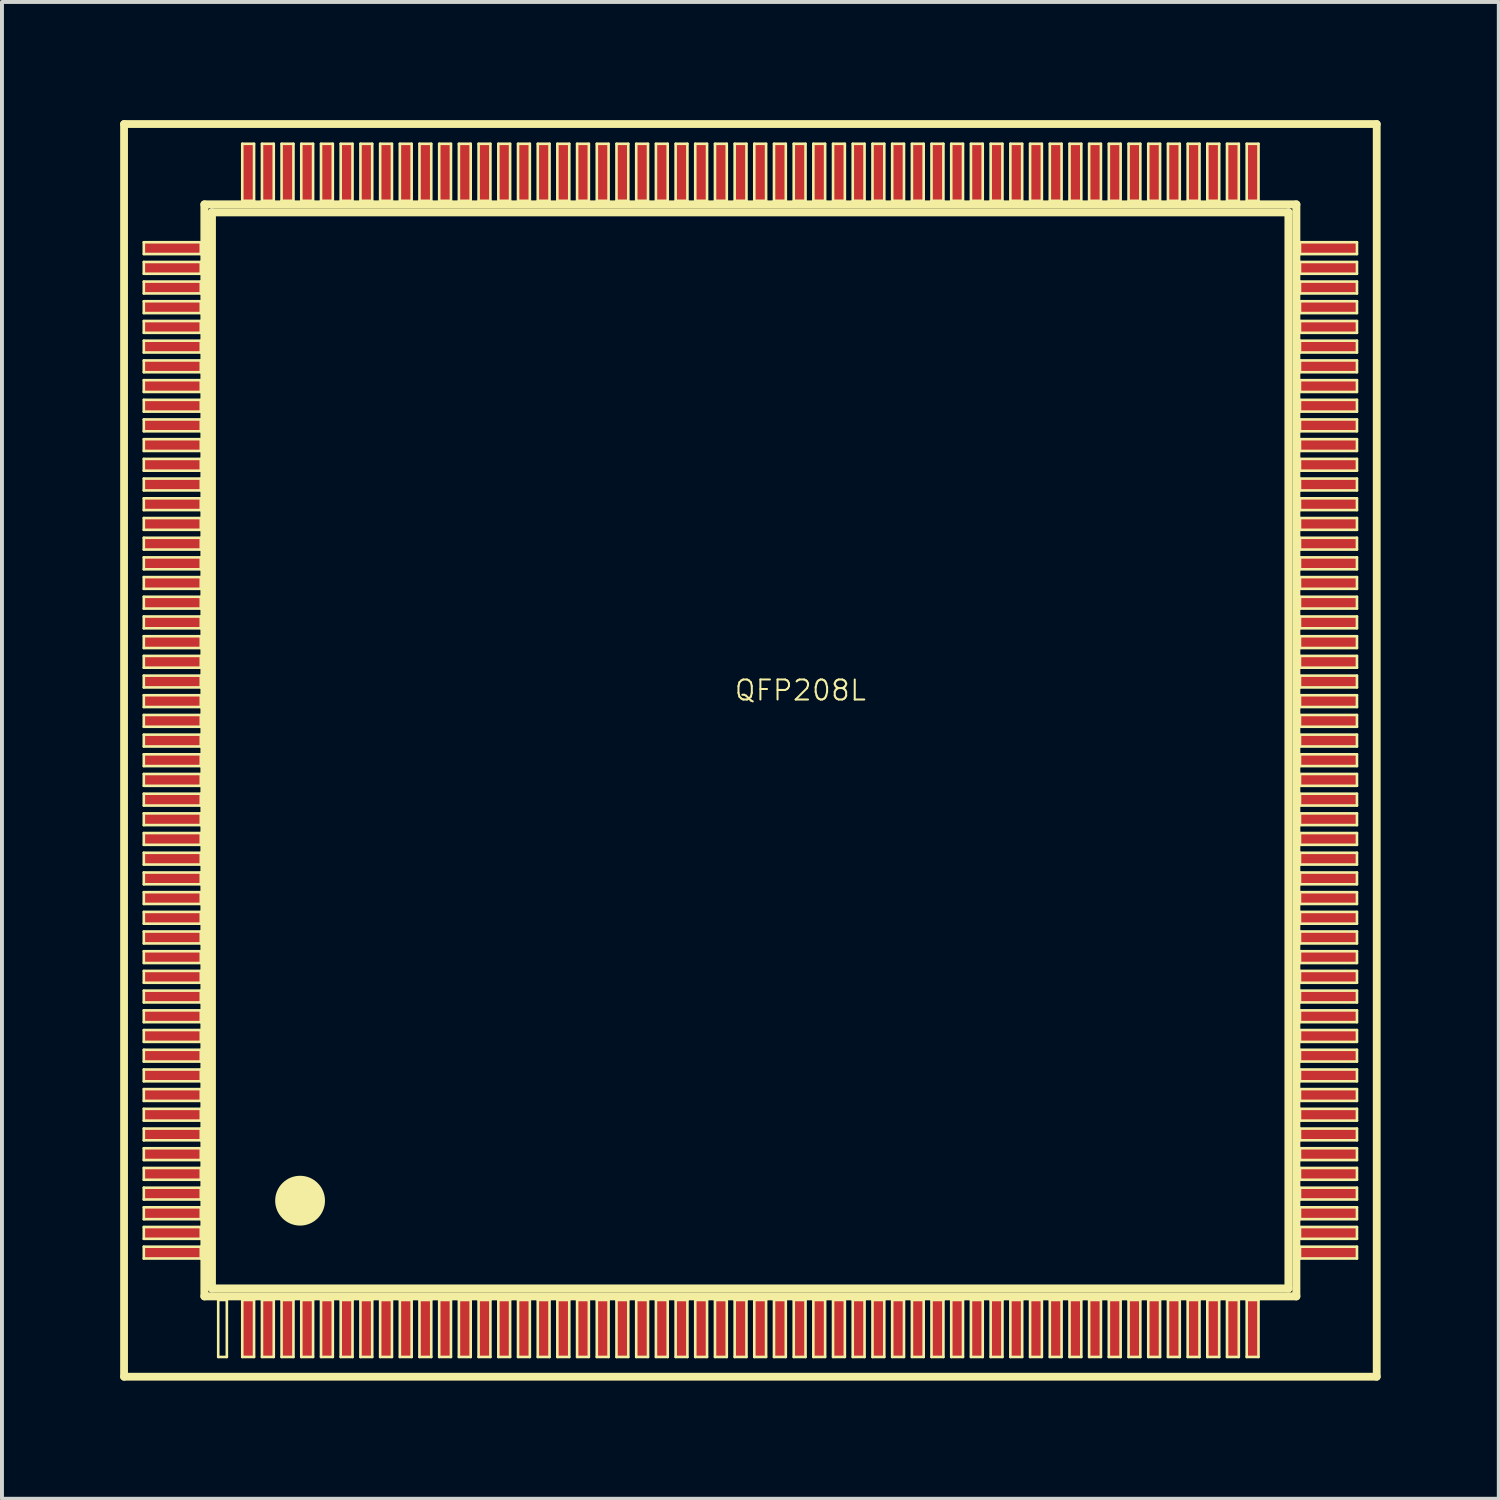
<source format=kicad_pcb>
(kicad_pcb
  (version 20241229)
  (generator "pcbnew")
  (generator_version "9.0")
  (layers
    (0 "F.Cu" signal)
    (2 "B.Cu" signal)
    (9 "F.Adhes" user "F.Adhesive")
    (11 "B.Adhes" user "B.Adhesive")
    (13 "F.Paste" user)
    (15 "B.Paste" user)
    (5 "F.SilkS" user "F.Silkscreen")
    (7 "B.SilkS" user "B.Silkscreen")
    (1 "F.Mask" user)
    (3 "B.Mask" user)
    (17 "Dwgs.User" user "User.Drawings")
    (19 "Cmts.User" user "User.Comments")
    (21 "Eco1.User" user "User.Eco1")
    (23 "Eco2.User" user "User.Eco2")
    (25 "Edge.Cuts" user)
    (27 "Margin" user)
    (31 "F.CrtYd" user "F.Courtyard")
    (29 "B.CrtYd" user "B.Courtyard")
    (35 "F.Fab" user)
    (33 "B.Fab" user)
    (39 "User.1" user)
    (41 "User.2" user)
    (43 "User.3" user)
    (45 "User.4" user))
  (footprint "QFP208L"
    (layer "F.Cu")
    (at 15.997 15.997)
    (property "Reference" "QFP208L" (at 1.27 -1.524 0) (layer "F.SilkS") (effects (font (size 0.508 0.508) (thickness 0.051))))
    (attr smd)
    (fp_line (start -15.898 -15.898) (end 15.898 -15.898) (stroke (width 0.198) (type solid)) (layer "F.SilkS"))
    (fp_line (start -15.898 15.898) (end -15.898 -15.898) (stroke (width 0.198) (type solid)) (layer "F.SilkS"))
    (fp_line (start -15.397 -12.898) (end -13.95 -12.898) (stroke (width 0.066) (type solid)) (layer "F.SilkS"))
    (fp_line (start -15.397 -12.598) (end -15.397 -12.898) (stroke (width 0.066) (type solid)) (layer "F.SilkS"))
    (fp_line (start -15.397 -12.598) (end -13.95 -12.598) (stroke (width 0.066) (type solid)) (layer "F.SilkS"))
    (fp_line (start -15.397 -12.398) (end -13.95 -12.398) (stroke (width 0.066) (type solid)) (layer "F.SilkS"))
    (fp_line (start -15.397 -12.098) (end -15.397 -12.398) (stroke (width 0.066) (type solid)) (layer "F.SilkS"))
    (fp_line (start -15.397 -12.098) (end -13.95 -12.098) (stroke (width 0.066) (type solid)) (layer "F.SilkS"))
    (fp_line (start -15.397 -11.9) (end -13.95 -11.9) (stroke (width 0.066) (type solid)) (layer "F.SilkS"))
    (fp_line (start -15.397 -11.598) (end -15.397 -11.9) (stroke (width 0.066) (type solid)) (layer "F.SilkS"))
    (fp_line (start -15.397 -11.598) (end -13.95 -11.598) (stroke (width 0.066) (type solid)) (layer "F.SilkS"))
    (fp_line (start -15.397 -11.4) (end -13.95 -11.4) (stroke (width 0.066) (type solid)) (layer "F.SilkS"))
    (fp_line (start -15.397 -11.1) (end -15.397 -11.4) (stroke (width 0.066) (type solid)) (layer "F.SilkS"))
    (fp_line (start -15.397 -11.1) (end -13.95 -11.1) (stroke (width 0.066) (type solid)) (layer "F.SilkS"))
    (fp_line (start -15.397 -10.899) (end -13.95 -10.899) (stroke (width 0.066) (type solid)) (layer "F.SilkS"))
    (fp_line (start -15.397 -10.599) (end -15.397 -10.899) (stroke (width 0.066) (type solid)) (layer "F.SilkS"))
    (fp_line (start -15.397 -10.599) (end -13.95 -10.599) (stroke (width 0.066) (type solid)) (layer "F.SilkS"))
    (fp_line (start -15.397 -10.399) (end -13.95 -10.399) (stroke (width 0.066) (type solid)) (layer "F.SilkS"))
    (fp_line (start -15.397 -10.099) (end -15.397 -10.399) (stroke (width 0.066) (type solid)) (layer "F.SilkS"))
    (fp_line (start -15.397 -10.099) (end -13.95 -10.099) (stroke (width 0.066) (type solid)) (layer "F.SilkS"))
    (fp_line (start -15.397 -9.898) (end -13.95 -9.898) (stroke (width 0.066) (type solid)) (layer "F.SilkS"))
    (fp_line (start -15.397 -9.599) (end -15.397 -9.898) (stroke (width 0.066) (type solid)) (layer "F.SilkS"))
    (fp_line (start -15.397 -9.599) (end -13.95 -9.599) (stroke (width 0.066) (type solid)) (layer "F.SilkS"))
    (fp_line (start -15.397 -9.398) (end -13.95 -9.398) (stroke (width 0.066) (type solid)) (layer "F.SilkS"))
    (fp_line (start -15.397 -9.098) (end -15.397 -9.398) (stroke (width 0.066) (type solid)) (layer "F.SilkS"))
    (fp_line (start -15.397 -9.098) (end -13.95 -9.098) (stroke (width 0.066) (type solid)) (layer "F.SilkS"))
    (fp_line (start -15.397 -8.898) (end -13.95 -8.898) (stroke (width 0.066) (type solid)) (layer "F.SilkS"))
    (fp_line (start -15.397 -8.598) (end -15.397 -8.898) (stroke (width 0.066) (type solid)) (layer "F.SilkS"))
    (fp_line (start -15.397 -8.598) (end -13.95 -8.598) (stroke (width 0.066) (type solid)) (layer "F.SilkS"))
    (fp_line (start -15.397 -8.4) (end -13.95 -8.4) (stroke (width 0.066) (type solid)) (layer "F.SilkS"))
    (fp_line (start -15.397 -8.1) (end -15.397 -8.4) (stroke (width 0.066) (type solid)) (layer "F.SilkS"))
    (fp_line (start -15.397 -8.1) (end -13.95 -8.1) (stroke (width 0.066) (type solid)) (layer "F.SilkS"))
    (fp_line (start -15.397 -7.899) (end -13.95 -7.899) (stroke (width 0.066) (type solid)) (layer "F.SilkS"))
    (fp_line (start -15.397 -7.6) (end -15.397 -7.899) (stroke (width 0.066) (type solid)) (layer "F.SilkS"))
    (fp_line (start -15.397 -7.6) (end -13.95 -7.6) (stroke (width 0.066) (type solid)) (layer "F.SilkS"))
    (fp_line (start -15.397 -7.399) (end -13.95 -7.399) (stroke (width 0.066) (type solid)) (layer "F.SilkS"))
    (fp_line (start -15.397 -7.099) (end -15.397 -7.399) (stroke (width 0.066) (type solid)) (layer "F.SilkS"))
    (fp_line (start -15.397 -7.099) (end -13.95 -7.099) (stroke (width 0.066) (type solid)) (layer "F.SilkS"))
    (fp_line (start -15.397 -6.899) (end -13.95 -6.899) (stroke (width 0.066) (type solid)) (layer "F.SilkS"))
    (fp_line (start -15.397 -6.599) (end -15.397 -6.899) (stroke (width 0.066) (type solid)) (layer "F.SilkS"))
    (fp_line (start -15.397 -6.599) (end -13.95 -6.599) (stroke (width 0.066) (type solid)) (layer "F.SilkS"))
    (fp_line (start -15.397 -6.398) (end -13.95 -6.398) (stroke (width 0.066) (type solid)) (layer "F.SilkS"))
    (fp_line (start -15.397 -6.099) (end -15.397 -6.398) (stroke (width 0.066) (type solid)) (layer "F.SilkS"))
    (fp_line (start -15.397 -6.099) (end -13.95 -6.099) (stroke (width 0.066) (type solid)) (layer "F.SilkS"))
    (fp_line (start -15.397 -5.898) (end -13.95 -5.898) (stroke (width 0.066) (type solid)) (layer "F.SilkS"))
    (fp_line (start -15.397 -5.598) (end -15.397 -5.898) (stroke (width 0.066) (type solid)) (layer "F.SilkS"))
    (fp_line (start -15.397 -5.598) (end -13.95 -5.598) (stroke (width 0.066) (type solid)) (layer "F.SilkS"))
    (fp_line (start -15.397 -5.397) (end -13.95 -5.397) (stroke (width 0.066) (type solid)) (layer "F.SilkS"))
    (fp_line (start -15.397 -5.098) (end -15.397 -5.397) (stroke (width 0.066) (type solid)) (layer "F.SilkS"))
    (fp_line (start -15.397 -5.098) (end -13.95 -5.098) (stroke (width 0.066) (type solid)) (layer "F.SilkS"))
    (fp_line (start -15.397 -4.9) (end -13.95 -4.9) (stroke (width 0.066) (type solid)) (layer "F.SilkS"))
    (fp_line (start -15.397 -4.597) (end -15.397 -4.9) (stroke (width 0.066) (type solid)) (layer "F.SilkS"))
    (fp_line (start -15.397 -4.597) (end -13.95 -4.597) (stroke (width 0.066) (type solid)) (layer "F.SilkS"))
    (fp_line (start -15.397 -4.399) (end -13.95 -4.399) (stroke (width 0.066) (type solid)) (layer "F.SilkS"))
    (fp_line (start -15.397 -4.1) (end -15.397 -4.399) (stroke (width 0.066) (type solid)) (layer "F.SilkS"))
    (fp_line (start -15.397 -4.1) (end -13.95 -4.1) (stroke (width 0.066) (type solid)) (layer "F.SilkS"))
    (fp_line (start -15.397 -3.899) (end -13.95 -3.899) (stroke (width 0.066) (type solid)) (layer "F.SilkS"))
    (fp_line (start -15.397 -3.599) (end -15.397 -3.899) (stroke (width 0.066) (type solid)) (layer "F.SilkS"))
    (fp_line (start -15.397 -3.599) (end -13.95 -3.599) (stroke (width 0.066) (type solid)) (layer "F.SilkS"))
    (fp_line (start -15.397 -3.399) (end -13.95 -3.399) (stroke (width 0.066) (type solid)) (layer "F.SilkS"))
    (fp_line (start -15.397 -3.099) (end -15.397 -3.399) (stroke (width 0.066) (type solid)) (layer "F.SilkS"))
    (fp_line (start -15.397 -3.099) (end -13.95 -3.099) (stroke (width 0.066) (type solid)) (layer "F.SilkS"))
    (fp_line (start -15.397 -2.898) (end -13.95 -2.898) (stroke (width 0.066) (type solid)) (layer "F.SilkS"))
    (fp_line (start -15.397 -2.598) (end -15.397 -2.898) (stroke (width 0.066) (type solid)) (layer "F.SilkS"))
    (fp_line (start -15.397 -2.598) (end -13.95 -2.598) (stroke (width 0.066) (type solid)) (layer "F.SilkS"))
    (fp_line (start -15.397 -2.398) (end -13.95 -2.398) (stroke (width 0.066) (type solid)) (layer "F.SilkS"))
    (fp_line (start -15.397 -2.098) (end -15.397 -2.398) (stroke (width 0.066) (type solid)) (layer "F.SilkS"))
    (fp_line (start -15.397 -2.098) (end -13.95 -2.098) (stroke (width 0.066) (type solid)) (layer "F.SilkS"))
    (fp_line (start -15.397 -1.897) (end -13.95 -1.897) (stroke (width 0.066) (type solid)) (layer "F.SilkS"))
    (fp_line (start -15.397 -1.598) (end -15.397 -1.897) (stroke (width 0.066) (type solid)) (layer "F.SilkS"))
    (fp_line (start -15.397 -1.598) (end -13.95 -1.598) (stroke (width 0.066) (type solid)) (layer "F.SilkS"))
    (fp_line (start -15.397 -1.4) (end -13.95 -1.4) (stroke (width 0.066) (type solid)) (layer "F.SilkS"))
    (fp_line (start -15.397 -1.1) (end -15.397 -1.4) (stroke (width 0.066) (type solid)) (layer "F.SilkS"))
    (fp_line (start -15.397 -1.1) (end -13.95 -1.1) (stroke (width 0.066) (type solid)) (layer "F.SilkS"))
    (fp_line (start -15.397 -0.899) (end -13.95 -0.899) (stroke (width 0.066) (type solid)) (layer "F.SilkS"))
    (fp_line (start -15.397 -0.599) (end -15.397 -0.899) (stroke (width 0.066) (type solid)) (layer "F.SilkS"))
    (fp_line (start -15.397 -0.599) (end -13.95 -0.599) (stroke (width 0.066) (type solid)) (layer "F.SilkS"))
    (fp_line (start -15.397 -0.399) (end -13.95 -0.399) (stroke (width 0.066) (type solid)) (layer "F.SilkS"))
    (fp_line (start -15.397 -0.099) (end -15.397 -0.399) (stroke (width 0.066) (type solid)) (layer "F.SilkS"))
    (fp_line (start -15.397 -0.099) (end -13.95 -0.099) (stroke (width 0.066) (type solid)) (layer "F.SilkS"))
    (fp_line (start -15.397 0.099) (end -13.95 0.099) (stroke (width 0.066) (type solid)) (layer "F.SilkS"))
    (fp_line (start -15.397 0.399) (end -15.397 0.099) (stroke (width 0.066) (type solid)) (layer "F.SilkS"))
    (fp_line (start -15.397 0.399) (end -13.95 0.399) (stroke (width 0.066) (type solid)) (layer "F.SilkS"))
    (fp_line (start -15.397 0.599) (end -13.95 0.599) (stroke (width 0.066) (type solid)) (layer "F.SilkS"))
    (fp_line (start -15.397 0.899) (end -15.397 0.599) (stroke (width 0.066) (type solid)) (layer "F.SilkS"))
    (fp_line (start -15.397 0.899) (end -13.95 0.899) (stroke (width 0.066) (type solid)) (layer "F.SilkS"))
    (fp_line (start -15.397 1.1) (end -13.95 1.1) (stroke (width 0.066) (type solid)) (layer "F.SilkS"))
    (fp_line (start -15.397 1.4) (end -15.397 1.1) (stroke (width 0.066) (type solid)) (layer "F.SilkS"))
    (fp_line (start -15.397 1.4) (end -13.95 1.4) (stroke (width 0.066) (type solid)) (layer "F.SilkS"))
    (fp_line (start -15.397 1.598) (end -13.95 1.598) (stroke (width 0.066) (type solid)) (layer "F.SilkS"))
    (fp_line (start -15.397 1.897) (end -15.397 1.598) (stroke (width 0.066) (type solid)) (layer "F.SilkS"))
    (fp_line (start -15.397 1.897) (end -13.95 1.897) (stroke (width 0.066) (type solid)) (layer "F.SilkS"))
    (fp_line (start -15.397 2.098) (end -13.95 2.098) (stroke (width 0.066) (type solid)) (layer "F.SilkS"))
    (fp_line (start -15.397 2.398) (end -15.397 2.098) (stroke (width 0.066) (type solid)) (layer "F.SilkS"))
    (fp_line (start -15.397 2.398) (end -13.95 2.398) (stroke (width 0.066) (type solid)) (layer "F.SilkS"))
    (fp_line (start -15.397 2.598) (end -13.95 2.598) (stroke (width 0.066) (type solid)) (layer "F.SilkS"))
    (fp_line (start -15.397 2.898) (end -15.397 2.598) (stroke (width 0.066) (type solid)) (layer "F.SilkS"))
    (fp_line (start -15.397 2.898) (end -13.95 2.898) (stroke (width 0.066) (type solid)) (layer "F.SilkS"))
    (fp_line (start -15.397 3.099) (end -13.95 3.099) (stroke (width 0.066) (type solid)) (layer "F.SilkS"))
    (fp_line (start -15.397 3.399) (end -15.397 3.099) (stroke (width 0.066) (type solid)) (layer "F.SilkS"))
    (fp_line (start -15.397 3.399) (end -13.95 3.399) (stroke (width 0.066) (type solid)) (layer "F.SilkS"))
    (fp_line (start -15.397 3.599) (end -13.95 3.599) (stroke (width 0.066) (type solid)) (layer "F.SilkS"))
    (fp_line (start -15.397 3.899) (end -15.397 3.599) (stroke (width 0.066) (type solid)) (layer "F.SilkS"))
    (fp_line (start -15.397 3.899) (end -13.95 3.899) (stroke (width 0.066) (type solid)) (layer "F.SilkS"))
    (fp_line (start -15.397 4.1) (end -13.95 4.1) (stroke (width 0.066) (type solid)) (layer "F.SilkS"))
    (fp_line (start -15.397 4.399) (end -15.397 4.1) (stroke (width 0.066) (type solid)) (layer "F.SilkS"))
    (fp_line (start -15.397 4.399) (end -13.95 4.399) (stroke (width 0.066) (type solid)) (layer "F.SilkS"))
    (fp_line (start -15.397 4.597) (end -13.95 4.597) (stroke (width 0.066) (type solid)) (layer "F.SilkS"))
    (fp_line (start -15.397 4.9) (end -15.397 4.597) (stroke (width 0.066) (type solid)) (layer "F.SilkS"))
    (fp_line (start -15.397 4.9) (end -13.95 4.9) (stroke (width 0.066) (type solid)) (layer "F.SilkS"))
    (fp_line (start -15.397 5.098) (end -13.95 5.098) (stroke (width 0.066) (type solid)) (layer "F.SilkS"))
    (fp_line (start -15.397 5.397) (end -15.397 5.098) (stroke (width 0.066) (type solid)) (layer "F.SilkS"))
    (fp_line (start -15.397 5.397) (end -13.95 5.397) (stroke (width 0.066) (type solid)) (layer "F.SilkS"))
    (fp_line (start -15.397 5.598) (end -13.95 5.598) (stroke (width 0.066) (type solid)) (layer "F.SilkS"))
    (fp_line (start -15.397 5.898) (end -15.397 5.598) (stroke (width 0.066) (type solid)) (layer "F.SilkS"))
    (fp_line (start -15.397 5.898) (end -13.95 5.898) (stroke (width 0.066) (type solid)) (layer "F.SilkS"))
    (fp_line (start -15.397 6.099) (end -13.95 6.099) (stroke (width 0.066) (type solid)) (layer "F.SilkS"))
    (fp_line (start -15.397 6.398) (end -15.397 6.099) (stroke (width 0.066) (type solid)) (layer "F.SilkS"))
    (fp_line (start -15.397 6.398) (end -13.95 6.398) (stroke (width 0.066) (type solid)) (layer "F.SilkS"))
    (fp_line (start -15.397 6.599) (end -13.95 6.599) (stroke (width 0.066) (type solid)) (layer "F.SilkS"))
    (fp_line (start -15.397 6.899) (end -15.397 6.599) (stroke (width 0.066) (type solid)) (layer "F.SilkS"))
    (fp_line (start -15.397 6.899) (end -13.95 6.899) (stroke (width 0.066) (type solid)) (layer "F.SilkS"))
    (fp_line (start -15.397 7.099) (end -13.95 7.099) (stroke (width 0.066) (type solid)) (layer "F.SilkS"))
    (fp_line (start -15.397 7.399) (end -15.397 7.099) (stroke (width 0.066) (type solid)) (layer "F.SilkS"))
    (fp_line (start -15.397 7.399) (end -13.95 7.399) (stroke (width 0.066) (type solid)) (layer "F.SilkS"))
    (fp_line (start -15.397 7.6) (end -13.95 7.6) (stroke (width 0.066) (type solid)) (layer "F.SilkS"))
    (fp_line (start -15.397 7.899) (end -15.397 7.6) (stroke (width 0.066) (type solid)) (layer "F.SilkS"))
    (fp_line (start -15.397 7.899) (end -13.95 7.899) (stroke (width 0.066) (type solid)) (layer "F.SilkS"))
    (fp_line (start -15.397 8.1) (end -13.95 8.1) (stroke (width 0.066) (type solid)) (layer "F.SilkS"))
    (fp_line (start -15.397 8.4) (end -15.397 8.1) (stroke (width 0.066) (type solid)) (layer "F.SilkS"))
    (fp_line (start -15.397 8.4) (end -13.95 8.4) (stroke (width 0.066) (type solid)) (layer "F.SilkS"))
    (fp_line (start -15.397 8.598) (end -13.95 8.598) (stroke (width 0.066) (type solid)) (layer "F.SilkS"))
    (fp_line (start -15.397 8.898) (end -15.397 8.598) (stroke (width 0.066) (type solid)) (layer "F.SilkS"))
    (fp_line (start -15.397 8.898) (end -13.95 8.898) (stroke (width 0.066) (type solid)) (layer "F.SilkS"))
    (fp_line (start -15.397 9.098) (end -13.95 9.098) (stroke (width 0.066) (type solid)) (layer "F.SilkS"))
    (fp_line (start -15.397 9.398) (end -15.397 9.098) (stroke (width 0.066) (type solid)) (layer "F.SilkS"))
    (fp_line (start -15.397 9.398) (end -13.95 9.398) (stroke (width 0.066) (type solid)) (layer "F.SilkS"))
    (fp_line (start -15.397 9.599) (end -13.95 9.599) (stroke (width 0.066) (type solid)) (layer "F.SilkS"))
    (fp_line (start -15.397 9.898) (end -15.397 9.599) (stroke (width 0.066) (type solid)) (layer "F.SilkS"))
    (fp_line (start -15.397 9.898) (end -13.95 9.898) (stroke (width 0.066) (type solid)) (layer "F.SilkS"))
    (fp_line (start -15.397 10.099) (end -13.95 10.099) (stroke (width 0.066) (type solid)) (layer "F.SilkS"))
    (fp_line (start -15.397 10.399) (end -15.397 10.099) (stroke (width 0.066) (type solid)) (layer "F.SilkS"))
    (fp_line (start -15.397 10.399) (end -13.95 10.399) (stroke (width 0.066) (type solid)) (layer "F.SilkS"))
    (fp_line (start -15.397 10.599) (end -13.95 10.599) (stroke (width 0.066) (type solid)) (layer "F.SilkS"))
    (fp_line (start -15.397 10.899) (end -15.397 10.599) (stroke (width 0.066) (type solid)) (layer "F.SilkS"))
    (fp_line (start -15.397 10.899) (end -13.95 10.899) (stroke (width 0.066) (type solid)) (layer "F.SilkS"))
    (fp_line (start -15.397 11.1) (end -13.95 11.1) (stroke (width 0.066) (type solid)) (layer "F.SilkS"))
    (fp_line (start -15.397 11.4) (end -15.397 11.1) (stroke (width 0.066) (type solid)) (layer "F.SilkS"))
    (fp_line (start -15.397 11.4) (end -13.95 11.4) (stroke (width 0.066) (type solid)) (layer "F.SilkS"))
    (fp_line (start -15.397 11.598) (end -13.95 11.598) (stroke (width 0.066) (type solid)) (layer "F.SilkS"))
    (fp_line (start -15.397 11.9) (end -15.397 11.598) (stroke (width 0.066) (type solid)) (layer "F.SilkS"))
    (fp_line (start -15.397 11.9) (end -13.95 11.9) (stroke (width 0.066) (type solid)) (layer "F.SilkS"))
    (fp_line (start -15.397 12.098) (end -13.95 12.098) (stroke (width 0.066) (type solid)) (layer "F.SilkS"))
    (fp_line (start -15.397 12.398) (end -15.397 12.098) (stroke (width 0.066) (type solid)) (layer "F.SilkS"))
    (fp_line (start -15.397 12.398) (end -13.95 12.398) (stroke (width 0.066) (type solid)) (layer "F.SilkS"))
    (fp_line (start -15.397 12.598) (end -13.95 12.598) (stroke (width 0.066) (type solid)) (layer "F.SilkS"))
    (fp_line (start -15.397 12.898) (end -15.397 12.598) (stroke (width 0.066) (type solid)) (layer "F.SilkS"))
    (fp_line (start -15.397 12.898) (end -13.95 12.898) (stroke (width 0.066) (type solid)) (layer "F.SilkS"))
    (fp_line (start -13.95 -12.598) (end -13.95 -12.898) (stroke (width 0.066) (type solid)) (layer "F.SilkS"))
    (fp_line (start -13.95 -12.098) (end -13.95 -12.398) (stroke (width 0.066) (type solid)) (layer "F.SilkS"))
    (fp_line (start -13.95 -11.598) (end -13.95 -11.9) (stroke (width 0.066) (type solid)) (layer "F.SilkS"))
    (fp_line (start -13.95 -11.1) (end -13.95 -11.4) (stroke (width 0.066) (type solid)) (layer "F.SilkS"))
    (fp_line (start -13.95 -10.599) (end -13.95 -10.899) (stroke (width 0.066) (type solid)) (layer "F.SilkS"))
    (fp_line (start -13.95 -10.099) (end -13.95 -10.399) (stroke (width 0.066) (type solid)) (layer "F.SilkS"))
    (fp_line (start -13.95 -9.599) (end -13.95 -9.898) (stroke (width 0.066) (type solid)) (layer "F.SilkS"))
    (fp_line (start -13.95 -9.098) (end -13.95 -9.398) (stroke (width 0.066) (type solid)) (layer "F.SilkS"))
    (fp_line (start -13.95 -8.598) (end -13.95 -8.898) (stroke (width 0.066) (type solid)) (layer "F.SilkS"))
    (fp_line (start -13.95 -8.1) (end -13.95 -8.4) (stroke (width 0.066) (type solid)) (layer "F.SilkS"))
    (fp_line (start -13.95 -7.6) (end -13.95 -7.899) (stroke (width 0.066) (type solid)) (layer "F.SilkS"))
    (fp_line (start -13.95 -7.099) (end -13.95 -7.399) (stroke (width 0.066) (type solid)) (layer "F.SilkS"))
    (fp_line (start -13.95 -6.599) (end -13.95 -6.899) (stroke (width 0.066) (type solid)) (layer "F.SilkS"))
    (fp_line (start -13.95 -6.099) (end -13.95 -6.398) (stroke (width 0.066) (type solid)) (layer "F.SilkS"))
    (fp_line (start -13.95 -5.598) (end -13.95 -5.898) (stroke (width 0.066) (type solid)) (layer "F.SilkS"))
    (fp_line (start -13.95 -5.098) (end -13.95 -5.397) (stroke (width 0.066) (type solid)) (layer "F.SilkS"))
    (fp_line (start -13.95 -4.597) (end -13.95 -4.9) (stroke (width 0.066) (type solid)) (layer "F.SilkS"))
    (fp_line (start -13.95 -4.1) (end -13.95 -4.399) (stroke (width 0.066) (type solid)) (layer "F.SilkS"))
    (fp_line (start -13.95 -3.599) (end -13.95 -3.899) (stroke (width 0.066) (type solid)) (layer "F.SilkS"))
    (fp_line (start -13.95 -3.099) (end -13.95 -3.399) (stroke (width 0.066) (type solid)) (layer "F.SilkS"))
    (fp_line (start -13.95 -2.598) (end -13.95 -2.898) (stroke (width 0.066) (type solid)) (layer "F.SilkS"))
    (fp_line (start -13.95 -2.098) (end -13.95 -2.398) (stroke (width 0.066) (type solid)) (layer "F.SilkS"))
    (fp_line (start -13.95 -1.598) (end -13.95 -1.897) (stroke (width 0.066) (type solid)) (layer "F.SilkS"))
    (fp_line (start -13.95 -1.1) (end -13.95 -1.4) (stroke (width 0.066) (type solid)) (layer "F.SilkS"))
    (fp_line (start -13.95 -0.599) (end -13.95 -0.899) (stroke (width 0.066) (type solid)) (layer "F.SilkS"))
    (fp_line (start -13.95 -0.099) (end -13.95 -0.399) (stroke (width 0.066) (type solid)) (layer "F.SilkS"))
    (fp_line (start -13.95 0.399) (end -13.95 0.099) (stroke (width 0.066) (type solid)) (layer "F.SilkS"))
    (fp_line (start -13.95 0.899) (end -13.95 0.599) (stroke (width 0.066) (type solid)) (layer "F.SilkS"))
    (fp_line (start -13.95 1.4) (end -13.95 1.1) (stroke (width 0.066) (type solid)) (layer "F.SilkS"))
    (fp_line (start -13.95 1.897) (end -13.95 1.598) (stroke (width 0.066) (type solid)) (layer "F.SilkS"))
    (fp_line (start -13.95 2.398) (end -13.95 2.098) (stroke (width 0.066) (type solid)) (layer "F.SilkS"))
    (fp_line (start -13.95 2.898) (end -13.95 2.598) (stroke (width 0.066) (type solid)) (layer "F.SilkS"))
    (fp_line (start -13.95 3.399) (end -13.95 3.099) (stroke (width 0.066) (type solid)) (layer "F.SilkS"))
    (fp_line (start -13.95 3.899) (end -13.95 3.599) (stroke (width 0.066) (type solid)) (layer "F.SilkS"))
    (fp_line (start -13.95 4.399) (end -13.95 4.1) (stroke (width 0.066) (type solid)) (layer "F.SilkS"))
    (fp_line (start -13.95 4.9) (end -13.95 4.597) (stroke (width 0.066) (type solid)) (layer "F.SilkS"))
    (fp_line (start -13.95 5.397) (end -13.95 5.098) (stroke (width 0.066) (type solid)) (layer "F.SilkS"))
    (fp_line (start -13.95 5.898) (end -13.95 5.598) (stroke (width 0.066) (type solid)) (layer "F.SilkS"))
    (fp_line (start -13.95 6.398) (end -13.95 6.099) (stroke (width 0.066) (type solid)) (layer "F.SilkS"))
    (fp_line (start -13.95 6.899) (end -13.95 6.599) (stroke (width 0.066) (type solid)) (layer "F.SilkS"))
    (fp_line (start -13.95 7.399) (end -13.95 7.099) (stroke (width 0.066) (type solid)) (layer "F.SilkS"))
    (fp_line (start -13.95 7.899) (end -13.95 7.6) (stroke (width 0.066) (type solid)) (layer "F.SilkS"))
    (fp_line (start -13.95 8.4) (end -13.95 8.1) (stroke (width 0.066) (type solid)) (layer "F.SilkS"))
    (fp_line (start -13.95 8.898) (end -13.95 8.598) (stroke (width 0.066) (type solid)) (layer "F.SilkS"))
    (fp_line (start -13.95 9.398) (end -13.95 9.098) (stroke (width 0.066) (type solid)) (layer "F.SilkS"))
    (fp_line (start -13.95 9.898) (end -13.95 9.599) (stroke (width 0.066) (type solid)) (layer "F.SilkS"))
    (fp_line (start -13.95 10.399) (end -13.95 10.099) (stroke (width 0.066) (type solid)) (layer "F.SilkS"))
    (fp_line (start -13.95 10.899) (end -13.95 10.599) (stroke (width 0.066) (type solid)) (layer "F.SilkS"))
    (fp_line (start -13.95 11.4) (end -13.95 11.1) (stroke (width 0.066) (type solid)) (layer "F.SilkS"))
    (fp_line (start -13.95 11.9) (end -13.95 11.598) (stroke (width 0.066) (type solid)) (layer "F.SilkS"))
    (fp_line (start -13.95 12.398) (end -13.95 12.098) (stroke (width 0.066) (type solid)) (layer "F.SilkS"))
    (fp_line (start -13.95 12.898) (end -13.95 12.598) (stroke (width 0.066) (type solid)) (layer "F.SilkS"))
    (fp_line (start -13.858 -13.858) (end -13.858 13.858) (stroke (width 0.203) (type solid)) (layer "F.SilkS"))
    (fp_line (start -13.858 13.858) (end 13.858 13.858) (stroke (width 0.203) (type solid)) (layer "F.SilkS"))
    (fp_line (start -13.668 -13.658) (end 13.658 -13.658) (stroke (width 0.203) (type solid)) (layer "F.SilkS"))
    (fp_line (start -13.668 13.658) (end -13.668 -13.658) (stroke (width 0.203) (type solid)) (layer "F.SilkS"))
    (fp_line (start -13.508 13.95) (end -13.289 13.95) (stroke (width 0.066) (type solid)) (layer "F.SilkS"))
    (fp_line (start -13.508 15.397) (end -13.508 13.95) (stroke (width 0.066) (type solid)) (layer "F.SilkS"))
    (fp_line (start -13.508 15.397) (end -13.289 15.397) (stroke (width 0.066) (type solid)) (layer "F.SilkS"))
    (fp_line (start -13.289 15.397) (end -13.289 13.95) (stroke (width 0.066) (type solid)) (layer "F.SilkS"))
    (fp_line (start -12.898 -15.397) (end -12.598 -15.397) (stroke (width 0.066) (type solid)) (layer "F.SilkS"))
    (fp_line (start -12.898 -13.95) (end -12.898 -15.397) (stroke (width 0.066) (type solid)) (layer "F.SilkS"))
    (fp_line (start -12.898 -13.95) (end -12.598 -13.95) (stroke (width 0.066) (type solid)) (layer "F.SilkS"))
    (fp_line (start -12.898 13.95) (end -12.598 13.95) (stroke (width 0.066) (type solid)) (layer "F.SilkS"))
    (fp_line (start -12.898 15.397) (end -12.898 13.95) (stroke (width 0.066) (type solid)) (layer "F.SilkS"))
    (fp_line (start -12.898 15.397) (end -12.598 15.397) (stroke (width 0.066) (type solid)) (layer "F.SilkS"))
    (fp_line (start -12.598 -13.95) (end -12.598 -15.397) (stroke (width 0.066) (type solid)) (layer "F.SilkS"))
    (fp_line (start -12.598 15.397) (end -12.598 13.95) (stroke (width 0.066) (type solid)) (layer "F.SilkS"))
    (fp_line (start -12.398 -15.397) (end -12.098 -15.397) (stroke (width 0.066) (type solid)) (layer "F.SilkS"))
    (fp_line (start -12.398 -13.95) (end -12.398 -15.397) (stroke (width 0.066) (type solid)) (layer "F.SilkS"))
    (fp_line (start -12.398 -13.95) (end -12.098 -13.95) (stroke (width 0.066) (type solid)) (layer "F.SilkS"))
    (fp_line (start -12.398 13.95) (end -12.098 13.95) (stroke (width 0.066) (type solid)) (layer "F.SilkS"))
    (fp_line (start -12.398 15.397) (end -12.398 13.95) (stroke (width 0.066) (type solid)) (layer "F.SilkS"))
    (fp_line (start -12.398 15.397) (end -12.098 15.397) (stroke (width 0.066) (type solid)) (layer "F.SilkS"))
    (fp_line (start -12.098 -13.95) (end -12.098 -15.397) (stroke (width 0.066) (type solid)) (layer "F.SilkS"))
    (fp_line (start -12.098 15.397) (end -12.098 13.95) (stroke (width 0.066) (type solid)) (layer "F.SilkS"))
    (fp_line (start -11.9 -15.397) (end -11.598 -15.397) (stroke (width 0.066) (type solid)) (layer "F.SilkS"))
    (fp_line (start -11.9 -13.95) (end -11.9 -15.397) (stroke (width 0.066) (type solid)) (layer "F.SilkS"))
    (fp_line (start -11.9 -13.95) (end -11.598 -13.95) (stroke (width 0.066) (type solid)) (layer "F.SilkS"))
    (fp_line (start -11.9 13.95) (end -11.598 13.95) (stroke (width 0.066) (type solid)) (layer "F.SilkS"))
    (fp_line (start -11.9 15.397) (end -11.9 13.95) (stroke (width 0.066) (type solid)) (layer "F.SilkS"))
    (fp_line (start -11.9 15.397) (end -11.598 15.397) (stroke (width 0.066) (type solid)) (layer "F.SilkS"))
    (fp_line (start -11.598 -13.95) (end -11.598 -15.397) (stroke (width 0.066) (type solid)) (layer "F.SilkS"))
    (fp_line (start -11.598 15.397) (end -11.598 13.95) (stroke (width 0.066) (type solid)) (layer "F.SilkS"))
    (fp_line (start -11.4 -15.397) (end -11.1 -15.397) (stroke (width 0.066) (type solid)) (layer "F.SilkS"))
    (fp_line (start -11.4 -13.95) (end -11.4 -15.397) (stroke (width 0.066) (type solid)) (layer "F.SilkS"))
    (fp_line (start -11.4 -13.95) (end -11.1 -13.95) (stroke (width 0.066) (type solid)) (layer "F.SilkS"))
    (fp_line (start -11.4 13.95) (end -11.1 13.95) (stroke (width 0.066) (type solid)) (layer "F.SilkS"))
    (fp_line (start -11.4 15.397) (end -11.4 13.95) (stroke (width 0.066) (type solid)) (layer "F.SilkS"))
    (fp_line (start -11.4 15.397) (end -11.1 15.397) (stroke (width 0.066) (type solid)) (layer "F.SilkS"))
    (fp_line (start -11.1 -13.95) (end -11.1 -15.397) (stroke (width 0.066) (type solid)) (layer "F.SilkS"))
    (fp_line (start -11.1 15.397) (end -11.1 13.95) (stroke (width 0.066) (type solid)) (layer "F.SilkS"))
    (fp_line (start -10.899 -15.397) (end -10.599 -15.397) (stroke (width 0.066) (type solid)) (layer "F.SilkS"))
    (fp_line (start -10.899 -13.95) (end -10.899 -15.397) (stroke (width 0.066) (type solid)) (layer "F.SilkS"))
    (fp_line (start -10.899 -13.95) (end -10.599 -13.95) (stroke (width 0.066) (type solid)) (layer "F.SilkS"))
    (fp_line (start -10.899 13.95) (end -10.599 13.95) (stroke (width 0.066) (type solid)) (layer "F.SilkS"))
    (fp_line (start -10.899 15.397) (end -10.899 13.95) (stroke (width 0.066) (type solid)) (layer "F.SilkS"))
    (fp_line (start -10.899 15.397) (end -10.599 15.397) (stroke (width 0.066) (type solid)) (layer "F.SilkS"))
    (fp_line (start -10.599 -13.95) (end -10.599 -15.397) (stroke (width 0.066) (type solid)) (layer "F.SilkS"))
    (fp_line (start -10.599 15.397) (end -10.599 13.95) (stroke (width 0.066) (type solid)) (layer "F.SilkS"))
    (fp_line (start -10.399 -15.397) (end -10.099 -15.397) (stroke (width 0.066) (type solid)) (layer "F.SilkS"))
    (fp_line (start -10.399 -13.95) (end -10.399 -15.397) (stroke (width 0.066) (type solid)) (layer "F.SilkS"))
    (fp_line (start -10.399 -13.95) (end -10.099 -13.95) (stroke (width 0.066) (type solid)) (layer "F.SilkS"))
    (fp_line (start -10.399 13.95) (end -10.099 13.95) (stroke (width 0.066) (type solid)) (layer "F.SilkS"))
    (fp_line (start -10.399 15.397) (end -10.399 13.95) (stroke (width 0.066) (type solid)) (layer "F.SilkS"))
    (fp_line (start -10.399 15.397) (end -10.099 15.397) (stroke (width 0.066) (type solid)) (layer "F.SilkS"))
    (fp_line (start -10.099 -13.95) (end -10.099 -15.397) (stroke (width 0.066) (type solid)) (layer "F.SilkS"))
    (fp_line (start -10.099 15.397) (end -10.099 13.95) (stroke (width 0.066) (type solid)) (layer "F.SilkS"))
    (fp_line (start -9.898 -15.397) (end -9.599 -15.397) (stroke (width 0.066) (type solid)) (layer "F.SilkS"))
    (fp_line (start -9.898 -13.95) (end -9.898 -15.397) (stroke (width 0.066) (type solid)) (layer "F.SilkS"))
    (fp_line (start -9.898 -13.95) (end -9.599 -13.95) (stroke (width 0.066) (type solid)) (layer "F.SilkS"))
    (fp_line (start -9.898 13.95) (end -9.599 13.95) (stroke (width 0.066) (type solid)) (layer "F.SilkS"))
    (fp_line (start -9.898 15.397) (end -9.898 13.95) (stroke (width 0.066) (type solid)) (layer "F.SilkS"))
    (fp_line (start -9.898 15.397) (end -9.599 15.397) (stroke (width 0.066) (type solid)) (layer "F.SilkS"))
    (fp_line (start -9.599 -13.95) (end -9.599 -15.397) (stroke (width 0.066) (type solid)) (layer "F.SilkS"))
    (fp_line (start -9.599 15.397) (end -9.599 13.95) (stroke (width 0.066) (type solid)) (layer "F.SilkS"))
    (fp_line (start -9.398 -15.397) (end -9.098 -15.397) (stroke (width 0.066) (type solid)) (layer "F.SilkS"))
    (fp_line (start -9.398 -13.95) (end -9.398 -15.397) (stroke (width 0.066) (type solid)) (layer "F.SilkS"))
    (fp_line (start -9.398 -13.95) (end -9.098 -13.95) (stroke (width 0.066) (type solid)) (layer "F.SilkS"))
    (fp_line (start -9.398 13.95) (end -9.098 13.95) (stroke (width 0.066) (type solid)) (layer "F.SilkS"))
    (fp_line (start -9.398 15.397) (end -9.398 13.95) (stroke (width 0.066) (type solid)) (layer "F.SilkS"))
    (fp_line (start -9.398 15.397) (end -9.098 15.397) (stroke (width 0.066) (type solid)) (layer "F.SilkS"))
    (fp_line (start -9.098 -13.95) (end -9.098 -15.397) (stroke (width 0.066) (type solid)) (layer "F.SilkS"))
    (fp_line (start -9.098 15.397) (end -9.098 13.95) (stroke (width 0.066) (type solid)) (layer "F.SilkS"))
    (fp_line (start -8.898 -15.397) (end -8.598 -15.397) (stroke (width 0.066) (type solid)) (layer "F.SilkS"))
    (fp_line (start -8.898 -13.95) (end -8.898 -15.397) (stroke (width 0.066) (type solid)) (layer "F.SilkS"))
    (fp_line (start -8.898 -13.95) (end -8.598 -13.95) (stroke (width 0.066) (type solid)) (layer "F.SilkS"))
    (fp_line (start -8.898 13.95) (end -8.598 13.95) (stroke (width 0.066) (type solid)) (layer "F.SilkS"))
    (fp_line (start -8.898 15.397) (end -8.898 13.95) (stroke (width 0.066) (type solid)) (layer "F.SilkS"))
    (fp_line (start -8.898 15.397) (end -8.598 15.397) (stroke (width 0.066) (type solid)) (layer "F.SilkS"))
    (fp_line (start -8.598 -13.95) (end -8.598 -15.397) (stroke (width 0.066) (type solid)) (layer "F.SilkS"))
    (fp_line (start -8.598 15.397) (end -8.598 13.95) (stroke (width 0.066) (type solid)) (layer "F.SilkS"))
    (fp_line (start -8.4 -15.397) (end -8.1 -15.397) (stroke (width 0.066) (type solid)) (layer "F.SilkS"))
    (fp_line (start -8.4 -13.95) (end -8.4 -15.397) (stroke (width 0.066) (type solid)) (layer "F.SilkS"))
    (fp_line (start -8.4 -13.95) (end -8.1 -13.95) (stroke (width 0.066) (type solid)) (layer "F.SilkS"))
    (fp_line (start -8.4 13.95) (end -8.1 13.95) (stroke (width 0.066) (type solid)) (layer "F.SilkS"))
    (fp_line (start -8.4 15.397) (end -8.4 13.95) (stroke (width 0.066) (type solid)) (layer "F.SilkS"))
    (fp_line (start -8.4 15.397) (end -8.1 15.397) (stroke (width 0.066) (type solid)) (layer "F.SilkS"))
    (fp_line (start -8.1 -13.95) (end -8.1 -15.397) (stroke (width 0.066) (type solid)) (layer "F.SilkS"))
    (fp_line (start -8.1 15.397) (end -8.1 13.95) (stroke (width 0.066) (type solid)) (layer "F.SilkS"))
    (fp_line (start -7.899 -15.397) (end -7.6 -15.397) (stroke (width 0.066) (type solid)) (layer "F.SilkS"))
    (fp_line (start -7.899 -13.95) (end -7.899 -15.397) (stroke (width 0.066) (type solid)) (layer "F.SilkS"))
    (fp_line (start -7.899 -13.95) (end -7.6 -13.95) (stroke (width 0.066) (type solid)) (layer "F.SilkS"))
    (fp_line (start -7.899 13.95) (end -7.6 13.95) (stroke (width 0.066) (type solid)) (layer "F.SilkS"))
    (fp_line (start -7.899 15.397) (end -7.899 13.95) (stroke (width 0.066) (type solid)) (layer "F.SilkS"))
    (fp_line (start -7.899 15.397) (end -7.6 15.397) (stroke (width 0.066) (type solid)) (layer "F.SilkS"))
    (fp_line (start -7.6 -13.95) (end -7.6 -15.397) (stroke (width 0.066) (type solid)) (layer "F.SilkS"))
    (fp_line (start -7.6 15.397) (end -7.6 13.95) (stroke (width 0.066) (type solid)) (layer "F.SilkS"))
    (fp_line (start -7.399 -15.397) (end -7.099 -15.397) (stroke (width 0.066) (type solid)) (layer "F.SilkS"))
    (fp_line (start -7.399 -13.95) (end -7.399 -15.397) (stroke (width 0.066) (type solid)) (layer "F.SilkS"))
    (fp_line (start -7.399 -13.95) (end -7.099 -13.95) (stroke (width 0.066) (type solid)) (layer "F.SilkS"))
    (fp_line (start -7.399 13.95) (end -7.099 13.95) (stroke (width 0.066) (type solid)) (layer "F.SilkS"))
    (fp_line (start -7.399 15.397) (end -7.399 13.95) (stroke (width 0.066) (type solid)) (layer "F.SilkS"))
    (fp_line (start -7.399 15.397) (end -7.099 15.397) (stroke (width 0.066) (type solid)) (layer "F.SilkS"))
    (fp_line (start -7.099 -13.95) (end -7.099 -15.397) (stroke (width 0.066) (type solid)) (layer "F.SilkS"))
    (fp_line (start -7.099 15.397) (end -7.099 13.95) (stroke (width 0.066) (type solid)) (layer "F.SilkS"))
    (fp_line (start -6.899 -15.397) (end -6.599 -15.397) (stroke (width 0.066) (type solid)) (layer "F.SilkS"))
    (fp_line (start -6.899 -13.95) (end -6.899 -15.397) (stroke (width 0.066) (type solid)) (layer "F.SilkS"))
    (fp_line (start -6.899 -13.95) (end -6.599 -13.95) (stroke (width 0.066) (type solid)) (layer "F.SilkS"))
    (fp_line (start -6.899 13.95) (end -6.599 13.95) (stroke (width 0.066) (type solid)) (layer "F.SilkS"))
    (fp_line (start -6.899 15.397) (end -6.899 13.95) (stroke (width 0.066) (type solid)) (layer "F.SilkS"))
    (fp_line (start -6.899 15.397) (end -6.599 15.397) (stroke (width 0.066) (type solid)) (layer "F.SilkS"))
    (fp_line (start -6.599 -13.95) (end -6.599 -15.397) (stroke (width 0.066) (type solid)) (layer "F.SilkS"))
    (fp_line (start -6.599 15.397) (end -6.599 13.95) (stroke (width 0.066) (type solid)) (layer "F.SilkS"))
    (fp_line (start -6.398 -15.397) (end -6.099 -15.397) (stroke (width 0.066) (type solid)) (layer "F.SilkS"))
    (fp_line (start -6.398 -13.95) (end -6.398 -15.397) (stroke (width 0.066) (type solid)) (layer "F.SilkS"))
    (fp_line (start -6.398 -13.95) (end -6.099 -13.95) (stroke (width 0.066) (type solid)) (layer "F.SilkS"))
    (fp_line (start -6.398 13.95) (end -6.099 13.95) (stroke (width 0.066) (type solid)) (layer "F.SilkS"))
    (fp_line (start -6.398 15.397) (end -6.398 13.95) (stroke (width 0.066) (type solid)) (layer "F.SilkS"))
    (fp_line (start -6.398 15.397) (end -6.099 15.397) (stroke (width 0.066) (type solid)) (layer "F.SilkS"))
    (fp_line (start -6.099 -13.95) (end -6.099 -15.397) (stroke (width 0.066) (type solid)) (layer "F.SilkS"))
    (fp_line (start -6.099 15.397) (end -6.099 13.95) (stroke (width 0.066) (type solid)) (layer "F.SilkS"))
    (fp_line (start -5.898 -15.397) (end -5.598 -15.397) (stroke (width 0.066) (type solid)) (layer "F.SilkS"))
    (fp_line (start -5.898 -13.95) (end -5.898 -15.397) (stroke (width 0.066) (type solid)) (layer "F.SilkS"))
    (fp_line (start -5.898 -13.95) (end -5.598 -13.95) (stroke (width 0.066) (type solid)) (layer "F.SilkS"))
    (fp_line (start -5.898 13.95) (end -5.598 13.95) (stroke (width 0.066) (type solid)) (layer "F.SilkS"))
    (fp_line (start -5.898 15.397) (end -5.898 13.95) (stroke (width 0.066) (type solid)) (layer "F.SilkS"))
    (fp_line (start -5.898 15.397) (end -5.598 15.397) (stroke (width 0.066) (type solid)) (layer "F.SilkS"))
    (fp_line (start -5.598 -13.95) (end -5.598 -15.397) (stroke (width 0.066) (type solid)) (layer "F.SilkS"))
    (fp_line (start -5.598 15.397) (end -5.598 13.95) (stroke (width 0.066) (type solid)) (layer "F.SilkS"))
    (fp_line (start -5.397 -15.397) (end -5.098 -15.397) (stroke (width 0.066) (type solid)) (layer "F.SilkS"))
    (fp_line (start -5.397 -13.95) (end -5.397 -15.397) (stroke (width 0.066) (type solid)) (layer "F.SilkS"))
    (fp_line (start -5.397 -13.95) (end -5.098 -13.95) (stroke (width 0.066) (type solid)) (layer "F.SilkS"))
    (fp_line (start -5.397 13.95) (end -5.098 13.95) (stroke (width 0.066) (type solid)) (layer "F.SilkS"))
    (fp_line (start -5.397 15.397) (end -5.397 13.95) (stroke (width 0.066) (type solid)) (layer "F.SilkS"))
    (fp_line (start -5.397 15.397) (end -5.098 15.397) (stroke (width 0.066) (type solid)) (layer "F.SilkS"))
    (fp_line (start -5.098 -13.95) (end -5.098 -15.397) (stroke (width 0.066) (type solid)) (layer "F.SilkS"))
    (fp_line (start -5.098 15.397) (end -5.098 13.95) (stroke (width 0.066) (type solid)) (layer "F.SilkS"))
    (fp_line (start -4.9 -15.397) (end -4.597 -15.397) (stroke (width 0.066) (type solid)) (layer "F.SilkS"))
    (fp_line (start -4.9 -13.95) (end -4.9 -15.397) (stroke (width 0.066) (type solid)) (layer "F.SilkS"))
    (fp_line (start -4.9 -13.95) (end -4.597 -13.95) (stroke (width 0.066) (type solid)) (layer "F.SilkS"))
    (fp_line (start -4.9 13.95) (end -4.597 13.95) (stroke (width 0.066) (type solid)) (layer "F.SilkS"))
    (fp_line (start -4.9 15.397) (end -4.9 13.95) (stroke (width 0.066) (type solid)) (layer "F.SilkS"))
    (fp_line (start -4.9 15.397) (end -4.597 15.397) (stroke (width 0.066) (type solid)) (layer "F.SilkS"))
    (fp_line (start -4.597 -13.95) (end -4.597 -15.397) (stroke (width 0.066) (type solid)) (layer "F.SilkS"))
    (fp_line (start -4.597 15.397) (end -4.597 13.95) (stroke (width 0.066) (type solid)) (layer "F.SilkS"))
    (fp_line (start -4.399 -15.397) (end -4.1 -15.397) (stroke (width 0.066) (type solid)) (layer "F.SilkS"))
    (fp_line (start -4.399 -13.95) (end -4.399 -15.397) (stroke (width 0.066) (type solid)) (layer "F.SilkS"))
    (fp_line (start -4.399 -13.95) (end -4.1 -13.95) (stroke (width 0.066) (type solid)) (layer "F.SilkS"))
    (fp_line (start -4.399 13.95) (end -4.1 13.95) (stroke (width 0.066) (type solid)) (layer "F.SilkS"))
    (fp_line (start -4.399 15.397) (end -4.399 13.95) (stroke (width 0.066) (type solid)) (layer "F.SilkS"))
    (fp_line (start -4.399 15.397) (end -4.1 15.397) (stroke (width 0.066) (type solid)) (layer "F.SilkS"))
    (fp_line (start -4.1 -13.95) (end -4.1 -15.397) (stroke (width 0.066) (type solid)) (layer "F.SilkS"))
    (fp_line (start -4.1 15.397) (end -4.1 13.95) (stroke (width 0.066) (type solid)) (layer "F.SilkS"))
    (fp_line (start -3.899 -15.397) (end -3.599 -15.397) (stroke (width 0.066) (type solid)) (layer "F.SilkS"))
    (fp_line (start -3.899 -13.95) (end -3.899 -15.397) (stroke (width 0.066) (type solid)) (layer "F.SilkS"))
    (fp_line (start -3.899 -13.95) (end -3.599 -13.95) (stroke (width 0.066) (type solid)) (layer "F.SilkS"))
    (fp_line (start -3.899 13.95) (end -3.599 13.95) (stroke (width 0.066) (type solid)) (layer "F.SilkS"))
    (fp_line (start -3.899 15.397) (end -3.899 13.95) (stroke (width 0.066) (type solid)) (layer "F.SilkS"))
    (fp_line (start -3.899 15.397) (end -3.599 15.397) (stroke (width 0.066) (type solid)) (layer "F.SilkS"))
    (fp_line (start -3.599 -13.95) (end -3.599 -15.397) (stroke (width 0.066) (type solid)) (layer "F.SilkS"))
    (fp_line (start -3.599 15.397) (end -3.599 13.95) (stroke (width 0.066) (type solid)) (layer "F.SilkS"))
    (fp_line (start -3.399 -15.397) (end -3.099 -15.397) (stroke (width 0.066) (type solid)) (layer "F.SilkS"))
    (fp_line (start -3.399 -13.95) (end -3.399 -15.397) (stroke (width 0.066) (type solid)) (layer "F.SilkS"))
    (fp_line (start -3.399 -13.95) (end -3.099 -13.95) (stroke (width 0.066) (type solid)) (layer "F.SilkS"))
    (fp_line (start -3.399 13.95) (end -3.099 13.95) (stroke (width 0.066) (type solid)) (layer "F.SilkS"))
    (fp_line (start -3.399 15.397) (end -3.399 13.95) (stroke (width 0.066) (type solid)) (layer "F.SilkS"))
    (fp_line (start -3.399 15.397) (end -3.099 15.397) (stroke (width 0.066) (type solid)) (layer "F.SilkS"))
    (fp_line (start -3.099 -13.95) (end -3.099 -15.397) (stroke (width 0.066) (type solid)) (layer "F.SilkS"))
    (fp_line (start -3.099 15.397) (end -3.099 13.95) (stroke (width 0.066) (type solid)) (layer "F.SilkS"))
    (fp_line (start -2.898 -15.397) (end -2.598 -15.397) (stroke (width 0.066) (type solid)) (layer "F.SilkS"))
    (fp_line (start -2.898 -13.95) (end -2.898 -15.397) (stroke (width 0.066) (type solid)) (layer "F.SilkS"))
    (fp_line (start -2.898 -13.95) (end -2.598 -13.95) (stroke (width 0.066) (type solid)) (layer "F.SilkS"))
    (fp_line (start -2.898 13.95) (end -2.598 13.95) (stroke (width 0.066) (type solid)) (layer "F.SilkS"))
    (fp_line (start -2.898 15.397) (end -2.898 13.95) (stroke (width 0.066) (type solid)) (layer "F.SilkS"))
    (fp_line (start -2.898 15.397) (end -2.598 15.397) (stroke (width 0.066) (type solid)) (layer "F.SilkS"))
    (fp_line (start -2.598 -13.95) (end -2.598 -15.397) (stroke (width 0.066) (type solid)) (layer "F.SilkS"))
    (fp_line (start -2.598 15.397) (end -2.598 13.95) (stroke (width 0.066) (type solid)) (layer "F.SilkS"))
    (fp_line (start -2.398 -15.397) (end -2.098 -15.397) (stroke (width 0.066) (type solid)) (layer "F.SilkS"))
    (fp_line (start -2.398 -13.95) (end -2.398 -15.397) (stroke (width 0.066) (type solid)) (layer "F.SilkS"))
    (fp_line (start -2.398 -13.95) (end -2.098 -13.95) (stroke (width 0.066) (type solid)) (layer "F.SilkS"))
    (fp_line (start -2.398 13.95) (end -2.098 13.95) (stroke (width 0.066) (type solid)) (layer "F.SilkS"))
    (fp_line (start -2.398 15.397) (end -2.398 13.95) (stroke (width 0.066) (type solid)) (layer "F.SilkS"))
    (fp_line (start -2.398 15.397) (end -2.098 15.397) (stroke (width 0.066) (type solid)) (layer "F.SilkS"))
    (fp_line (start -2.098 -13.95) (end -2.098 -15.397) (stroke (width 0.066) (type solid)) (layer "F.SilkS"))
    (fp_line (start -2.098 15.397) (end -2.098 13.95) (stroke (width 0.066) (type solid)) (layer "F.SilkS"))
    (fp_line (start -1.897 -15.397) (end -1.598 -15.397) (stroke (width 0.066) (type solid)) (layer "F.SilkS"))
    (fp_line (start -1.897 -13.95) (end -1.897 -15.397) (stroke (width 0.066) (type solid)) (layer "F.SilkS"))
    (fp_line (start -1.897 -13.95) (end -1.598 -13.95) (stroke (width 0.066) (type solid)) (layer "F.SilkS"))
    (fp_line (start -1.897 13.95) (end -1.598 13.95) (stroke (width 0.066) (type solid)) (layer "F.SilkS"))
    (fp_line (start -1.897 15.397) (end -1.897 13.95) (stroke (width 0.066) (type solid)) (layer "F.SilkS"))
    (fp_line (start -1.897 15.397) (end -1.598 15.397) (stroke (width 0.066) (type solid)) (layer "F.SilkS"))
    (fp_line (start -1.598 -13.95) (end -1.598 -15.397) (stroke (width 0.066) (type solid)) (layer "F.SilkS"))
    (fp_line (start -1.598 15.397) (end -1.598 13.95) (stroke (width 0.066) (type solid)) (layer "F.SilkS"))
    (fp_line (start -1.4 -15.397) (end -1.1 -15.397) (stroke (width 0.066) (type solid)) (layer "F.SilkS"))
    (fp_line (start -1.4 -13.95) (end -1.4 -15.397) (stroke (width 0.066) (type solid)) (layer "F.SilkS"))
    (fp_line (start -1.4 -13.95) (end -1.1 -13.95) (stroke (width 0.066) (type solid)) (layer "F.SilkS"))
    (fp_line (start -1.4 13.95) (end -1.1 13.95) (stroke (width 0.066) (type solid)) (layer "F.SilkS"))
    (fp_line (start -1.4 15.397) (end -1.4 13.95) (stroke (width 0.066) (type solid)) (layer "F.SilkS"))
    (fp_line (start -1.4 15.397) (end -1.1 15.397) (stroke (width 0.066) (type solid)) (layer "F.SilkS"))
    (fp_line (start -1.1 -13.95) (end -1.1 -15.397) (stroke (width 0.066) (type solid)) (layer "F.SilkS"))
    (fp_line (start -1.1 15.397) (end -1.1 13.95) (stroke (width 0.066) (type solid)) (layer "F.SilkS"))
    (fp_line (start -0.899 -15.397) (end -0.599 -15.397) (stroke (width 0.066) (type solid)) (layer "F.SilkS"))
    (fp_line (start -0.899 -13.95) (end -0.899 -15.397) (stroke (width 0.066) (type solid)) (layer "F.SilkS"))
    (fp_line (start -0.899 -13.95) (end -0.599 -13.95) (stroke (width 0.066) (type solid)) (layer "F.SilkS"))
    (fp_line (start -0.899 13.95) (end -0.599 13.95) (stroke (width 0.066) (type solid)) (layer "F.SilkS"))
    (fp_line (start -0.899 15.397) (end -0.899 13.95) (stroke (width 0.066) (type solid)) (layer "F.SilkS"))
    (fp_line (start -0.899 15.397) (end -0.599 15.397) (stroke (width 0.066) (type solid)) (layer "F.SilkS"))
    (fp_line (start -0.599 -13.95) (end -0.599 -15.397) (stroke (width 0.066) (type solid)) (layer "F.SilkS"))
    (fp_line (start -0.599 15.397) (end -0.599 13.95) (stroke (width 0.066) (type solid)) (layer "F.SilkS"))
    (fp_line (start -0.399 -15.397) (end -0.099 -15.397) (stroke (width 0.066) (type solid)) (layer "F.SilkS"))
    (fp_line (start -0.399 -13.95) (end -0.399 -15.397) (stroke (width 0.066) (type solid)) (layer "F.SilkS"))
    (fp_line (start -0.399 -13.95) (end -0.099 -13.95) (stroke (width 0.066) (type solid)) (layer "F.SilkS"))
    (fp_line (start -0.399 13.95) (end -0.099 13.95) (stroke (width 0.066) (type solid)) (layer "F.SilkS"))
    (fp_line (start -0.399 15.397) (end -0.399 13.95) (stroke (width 0.066) (type solid)) (layer "F.SilkS"))
    (fp_line (start -0.399 15.397) (end -0.099 15.397) (stroke (width 0.066) (type solid)) (layer "F.SilkS"))
    (fp_line (start -0.099 -13.95) (end -0.099 -15.397) (stroke (width 0.066) (type solid)) (layer "F.SilkS"))
    (fp_line (start -0.099 15.397) (end -0.099 13.95) (stroke (width 0.066) (type solid)) (layer "F.SilkS"))
    (fp_line (start 0.099 -15.397) (end 0.399 -15.397) (stroke (width 0.066) (type solid)) (layer "F.SilkS"))
    (fp_line (start 0.099 -13.95) (end 0.099 -15.397) (stroke (width 0.066) (type solid)) (layer "F.SilkS"))
    (fp_line (start 0.099 -13.95) (end 0.399 -13.95) (stroke (width 0.066) (type solid)) (layer "F.SilkS"))
    (fp_line (start 0.099 13.95) (end 0.399 13.95) (stroke (width 0.066) (type solid)) (layer "F.SilkS"))
    (fp_line (start 0.099 15.397) (end 0.099 13.95) (stroke (width 0.066) (type solid)) (layer "F.SilkS"))
    (fp_line (start 0.099 15.397) (end 0.399 15.397) (stroke (width 0.066) (type solid)) (layer "F.SilkS"))
    (fp_line (start 0.399 -13.95) (end 0.399 -15.397) (stroke (width 0.066) (type solid)) (layer "F.SilkS"))
    (fp_line (start 0.399 15.397) (end 0.399 13.95) (stroke (width 0.066) (type solid)) (layer "F.SilkS"))
    (fp_line (start 0.599 -15.397) (end 0.899 -15.397) (stroke (width 0.066) (type solid)) (layer "F.SilkS"))
    (fp_line (start 0.599 -13.95) (end 0.599 -15.397) (stroke (width 0.066) (type solid)) (layer "F.SilkS"))
    (fp_line (start 0.599 -13.95) (end 0.899 -13.95) (stroke (width 0.066) (type solid)) (layer "F.SilkS"))
    (fp_line (start 0.599 13.95) (end 0.899 13.95) (stroke (width 0.066) (type solid)) (layer "F.SilkS"))
    (fp_line (start 0.599 15.397) (end 0.599 13.95) (stroke (width 0.066) (type solid)) (layer "F.SilkS"))
    (fp_line (start 0.599 15.397) (end 0.899 15.397) (stroke (width 0.066) (type solid)) (layer "F.SilkS"))
    (fp_line (start 0.899 -13.95) (end 0.899 -15.397) (stroke (width 0.066) (type solid)) (layer "F.SilkS"))
    (fp_line (start 0.899 15.397) (end 0.899 13.95) (stroke (width 0.066) (type solid)) (layer "F.SilkS"))
    (fp_line (start 1.1 -15.397) (end 1.4 -15.397) (stroke (width 0.066) (type solid)) (layer "F.SilkS"))
    (fp_line (start 1.1 -13.95) (end 1.1 -15.397) (stroke (width 0.066) (type solid)) (layer "F.SilkS"))
    (fp_line (start 1.1 -13.95) (end 1.4 -13.95) (stroke (width 0.066) (type solid)) (layer "F.SilkS"))
    (fp_line (start 1.1 13.95) (end 1.4 13.95) (stroke (width 0.066) (type solid)) (layer "F.SilkS"))
    (fp_line (start 1.1 15.397) (end 1.1 13.95) (stroke (width 0.066) (type solid)) (layer "F.SilkS"))
    (fp_line (start 1.1 15.397) (end 1.4 15.397) (stroke (width 0.066) (type solid)) (layer "F.SilkS"))
    (fp_line (start 1.4 -13.95) (end 1.4 -15.397) (stroke (width 0.066) (type solid)) (layer "F.SilkS"))
    (fp_line (start 1.4 15.397) (end 1.4 13.95) (stroke (width 0.066) (type solid)) (layer "F.SilkS"))
    (fp_line (start 1.598 -15.397) (end 1.897 -15.397) (stroke (width 0.066) (type solid)) (layer "F.SilkS"))
    (fp_line (start 1.598 -13.95) (end 1.598 -15.397) (stroke (width 0.066) (type solid)) (layer "F.SilkS"))
    (fp_line (start 1.598 -13.95) (end 1.897 -13.95) (stroke (width 0.066) (type solid)) (layer "F.SilkS"))
    (fp_line (start 1.598 13.95) (end 1.897 13.95) (stroke (width 0.066) (type solid)) (layer "F.SilkS"))
    (fp_line (start 1.598 15.397) (end 1.598 13.95) (stroke (width 0.066) (type solid)) (layer "F.SilkS"))
    (fp_line (start 1.598 15.397) (end 1.897 15.397) (stroke (width 0.066) (type solid)) (layer "F.SilkS"))
    (fp_line (start 1.897 -13.95) (end 1.897 -15.397) (stroke (width 0.066) (type solid)) (layer "F.SilkS"))
    (fp_line (start 1.897 15.397) (end 1.897 13.95) (stroke (width 0.066) (type solid)) (layer "F.SilkS"))
    (fp_line (start 2.098 -15.397) (end 2.398 -15.397) (stroke (width 0.066) (type solid)) (layer "F.SilkS"))
    (fp_line (start 2.098 -13.95) (end 2.098 -15.397) (stroke (width 0.066) (type solid)) (layer "F.SilkS"))
    (fp_line (start 2.098 -13.95) (end 2.398 -13.95) (stroke (width 0.066) (type solid)) (layer "F.SilkS"))
    (fp_line (start 2.098 13.95) (end 2.398 13.95) (stroke (width 0.066) (type solid)) (layer "F.SilkS"))
    (fp_line (start 2.098 15.397) (end 2.098 13.95) (stroke (width 0.066) (type solid)) (layer "F.SilkS"))
    (fp_line (start 2.098 15.397) (end 2.398 15.397) (stroke (width 0.066) (type solid)) (layer "F.SilkS"))
    (fp_line (start 2.398 -13.95) (end 2.398 -15.397) (stroke (width 0.066) (type solid)) (layer "F.SilkS"))
    (fp_line (start 2.398 15.397) (end 2.398 13.95) (stroke (width 0.066) (type solid)) (layer "F.SilkS"))
    (fp_line (start 2.598 -15.397) (end 2.898 -15.397) (stroke (width 0.066) (type solid)) (layer "F.SilkS"))
    (fp_line (start 2.598 -13.95) (end 2.598 -15.397) (stroke (width 0.066) (type solid)) (layer "F.SilkS"))
    (fp_line (start 2.598 -13.95) (end 2.898 -13.95) (stroke (width 0.066) (type solid)) (layer "F.SilkS"))
    (fp_line (start 2.598 13.95) (end 2.898 13.95) (stroke (width 0.066) (type solid)) (layer "F.SilkS"))
    (fp_line (start 2.598 15.397) (end 2.598 13.95) (stroke (width 0.066) (type solid)) (layer "F.SilkS"))
    (fp_line (start 2.598 15.397) (end 2.898 15.397) (stroke (width 0.066) (type solid)) (layer "F.SilkS"))
    (fp_line (start 2.898 -13.95) (end 2.898 -15.397) (stroke (width 0.066) (type solid)) (layer "F.SilkS"))
    (fp_line (start 2.898 15.397) (end 2.898 13.95) (stroke (width 0.066) (type solid)) (layer "F.SilkS"))
    (fp_line (start 3.099 -15.397) (end 3.399 -15.397) (stroke (width 0.066) (type solid)) (layer "F.SilkS"))
    (fp_line (start 3.099 -13.95) (end 3.099 -15.397) (stroke (width 0.066) (type solid)) (layer "F.SilkS"))
    (fp_line (start 3.099 -13.95) (end 3.399 -13.95) (stroke (width 0.066) (type solid)) (layer "F.SilkS"))
    (fp_line (start 3.099 13.95) (end 3.399 13.95) (stroke (width 0.066) (type solid)) (layer "F.SilkS"))
    (fp_line (start 3.099 15.397) (end 3.099 13.95) (stroke (width 0.066) (type solid)) (layer "F.SilkS"))
    (fp_line (start 3.099 15.397) (end 3.399 15.397) (stroke (width 0.066) (type solid)) (layer "F.SilkS"))
    (fp_line (start 3.399 -13.95) (end 3.399 -15.397) (stroke (width 0.066) (type solid)) (layer "F.SilkS"))
    (fp_line (start 3.399 15.397) (end 3.399 13.95) (stroke (width 0.066) (type solid)) (layer "F.SilkS"))
    (fp_line (start 3.599 -15.397) (end 3.899 -15.397) (stroke (width 0.066) (type solid)) (layer "F.SilkS"))
    (fp_line (start 3.599 -13.95) (end 3.599 -15.397) (stroke (width 0.066) (type solid)) (layer "F.SilkS"))
    (fp_line (start 3.599 -13.95) (end 3.899 -13.95) (stroke (width 0.066) (type solid)) (layer "F.SilkS"))
    (fp_line (start 3.599 13.95) (end 3.899 13.95) (stroke (width 0.066) (type solid)) (layer "F.SilkS"))
    (fp_line (start 3.599 15.397) (end 3.599 13.95) (stroke (width 0.066) (type solid)) (layer "F.SilkS"))
    (fp_line (start 3.599 15.397) (end 3.899 15.397) (stroke (width 0.066) (type solid)) (layer "F.SilkS"))
    (fp_line (start 3.899 -13.95) (end 3.899 -15.397) (stroke (width 0.066) (type solid)) (layer "F.SilkS"))
    (fp_line (start 3.899 15.397) (end 3.899 13.95) (stroke (width 0.066) (type solid)) (layer "F.SilkS"))
    (fp_line (start 4.1 -15.397) (end 4.399 -15.397) (stroke (width 0.066) (type solid)) (layer "F.SilkS"))
    (fp_line (start 4.1 -13.95) (end 4.1 -15.397) (stroke (width 0.066) (type solid)) (layer "F.SilkS"))
    (fp_line (start 4.1 -13.95) (end 4.399 -13.95) (stroke (width 0.066) (type solid)) (layer "F.SilkS"))
    (fp_line (start 4.1 13.95) (end 4.399 13.95) (stroke (width 0.066) (type solid)) (layer "F.SilkS"))
    (fp_line (start 4.1 15.397) (end 4.1 13.95) (stroke (width 0.066) (type solid)) (layer "F.SilkS"))
    (fp_line (start 4.1 15.397) (end 4.399 15.397) (stroke (width 0.066) (type solid)) (layer "F.SilkS"))
    (fp_line (start 4.399 -13.95) (end 4.399 -15.397) (stroke (width 0.066) (type solid)) (layer "F.SilkS"))
    (fp_line (start 4.399 15.397) (end 4.399 13.95) (stroke (width 0.066) (type solid)) (layer "F.SilkS"))
    (fp_line (start 4.597 -15.397) (end 4.9 -15.397) (stroke (width 0.066) (type solid)) (layer "F.SilkS"))
    (fp_line (start 4.597 -13.95) (end 4.597 -15.397) (stroke (width 0.066) (type solid)) (layer "F.SilkS"))
    (fp_line (start 4.597 -13.95) (end 4.9 -13.95) (stroke (width 0.066) (type solid)) (layer "F.SilkS"))
    (fp_line (start 4.597 13.95) (end 4.9 13.95) (stroke (width 0.066) (type solid)) (layer "F.SilkS"))
    (fp_line (start 4.597 15.397) (end 4.597 13.95) (stroke (width 0.066) (type solid)) (layer "F.SilkS"))
    (fp_line (start 4.597 15.397) (end 4.9 15.397) (stroke (width 0.066) (type solid)) (layer "F.SilkS"))
    (fp_line (start 4.9 -13.95) (end 4.9 -15.397) (stroke (width 0.066) (type solid)) (layer "F.SilkS"))
    (fp_line (start 4.9 15.397) (end 4.9 13.95) (stroke (width 0.066) (type solid)) (layer "F.SilkS"))
    (fp_line (start 5.098 -15.397) (end 5.397 -15.397) (stroke (width 0.066) (type solid)) (layer "F.SilkS"))
    (fp_line (start 5.098 -13.95) (end 5.098 -15.397) (stroke (width 0.066) (type solid)) (layer "F.SilkS"))
    (fp_line (start 5.098 -13.95) (end 5.397 -13.95) (stroke (width 0.066) (type solid)) (layer "F.SilkS"))
    (fp_line (start 5.098 13.95) (end 5.397 13.95) (stroke (width 0.066) (type solid)) (layer "F.SilkS"))
    (fp_line (start 5.098 15.397) (end 5.098 13.95) (stroke (width 0.066) (type solid)) (layer "F.SilkS"))
    (fp_line (start 5.098 15.397) (end 5.397 15.397) (stroke (width 0.066) (type solid)) (layer "F.SilkS"))
    (fp_line (start 5.397 -13.95) (end 5.397 -15.397) (stroke (width 0.066) (type solid)) (layer "F.SilkS"))
    (fp_line (start 5.397 15.397) (end 5.397 13.95) (stroke (width 0.066) (type solid)) (layer "F.SilkS"))
    (fp_line (start 5.598 -15.397) (end 5.898 -15.397) (stroke (width 0.066) (type solid)) (layer "F.SilkS"))
    (fp_line (start 5.598 -13.95) (end 5.598 -15.397) (stroke (width 0.066) (type solid)) (layer "F.SilkS"))
    (fp_line (start 5.598 -13.95) (end 5.898 -13.95) (stroke (width 0.066) (type solid)) (layer "F.SilkS"))
    (fp_line (start 5.598 13.95) (end 5.898 13.95) (stroke (width 0.066) (type solid)) (layer "F.SilkS"))
    (fp_line (start 5.598 15.397) (end 5.598 13.95) (stroke (width 0.066) (type solid)) (layer "F.SilkS"))
    (fp_line (start 5.598 15.397) (end 5.898 15.397) (stroke (width 0.066) (type solid)) (layer "F.SilkS"))
    (fp_line (start 5.898 -13.95) (end 5.898 -15.397) (stroke (width 0.066) (type solid)) (layer "F.SilkS"))
    (fp_line (start 5.898 15.397) (end 5.898 13.95) (stroke (width 0.066) (type solid)) (layer "F.SilkS"))
    (fp_line (start 6.099 -15.397) (end 6.398 -15.397) (stroke (width 0.066) (type solid)) (layer "F.SilkS"))
    (fp_line (start 6.099 -13.95) (end 6.099 -15.397) (stroke (width 0.066) (type solid)) (layer "F.SilkS"))
    (fp_line (start 6.099 -13.95) (end 6.398 -13.95) (stroke (width 0.066) (type solid)) (layer "F.SilkS"))
    (fp_line (start 6.099 13.95) (end 6.398 13.95) (stroke (width 0.066) (type solid)) (layer "F.SilkS"))
    (fp_line (start 6.099 15.397) (end 6.099 13.95) (stroke (width 0.066) (type solid)) (layer "F.SilkS"))
    (fp_line (start 6.099 15.397) (end 6.398 15.397) (stroke (width 0.066) (type solid)) (layer "F.SilkS"))
    (fp_line (start 6.398 -13.95) (end 6.398 -15.397) (stroke (width 0.066) (type solid)) (layer "F.SilkS"))
    (fp_line (start 6.398 15.397) (end 6.398 13.95) (stroke (width 0.066) (type solid)) (layer "F.SilkS"))
    (fp_line (start 6.599 -15.397) (end 6.899 -15.397) (stroke (width 0.066) (type solid)) (layer "F.SilkS"))
    (fp_line (start 6.599 -13.95) (end 6.599 -15.397) (stroke (width 0.066) (type solid)) (layer "F.SilkS"))
    (fp_line (start 6.599 -13.95) (end 6.899 -13.95) (stroke (width 0.066) (type solid)) (layer "F.SilkS"))
    (fp_line (start 6.599 13.95) (end 6.899 13.95) (stroke (width 0.066) (type solid)) (layer "F.SilkS"))
    (fp_line (start 6.599 15.397) (end 6.599 13.95) (stroke (width 0.066) (type solid)) (layer "F.SilkS"))
    (fp_line (start 6.599 15.397) (end 6.899 15.397) (stroke (width 0.066) (type solid)) (layer "F.SilkS"))
    (fp_line (start 6.899 -13.95) (end 6.899 -15.397) (stroke (width 0.066) (type solid)) (layer "F.SilkS"))
    (fp_line (start 6.899 15.397) (end 6.899 13.95) (stroke (width 0.066) (type solid)) (layer "F.SilkS"))
    (fp_line (start 7.099 -15.397) (end 7.399 -15.397) (stroke (width 0.066) (type solid)) (layer "F.SilkS"))
    (fp_line (start 7.099 -13.95) (end 7.099 -15.397) (stroke (width 0.066) (type solid)) (layer "F.SilkS"))
    (fp_line (start 7.099 -13.95) (end 7.399 -13.95) (stroke (width 0.066) (type solid)) (layer "F.SilkS"))
    (fp_line (start 7.099 13.95) (end 7.399 13.95) (stroke (width 0.066) (type solid)) (layer "F.SilkS"))
    (fp_line (start 7.099 15.397) (end 7.099 13.95) (stroke (width 0.066) (type solid)) (layer "F.SilkS"))
    (fp_line (start 7.099 15.397) (end 7.399 15.397) (stroke (width 0.066) (type solid)) (layer "F.SilkS"))
    (fp_line (start 7.399 -13.95) (end 7.399 -15.397) (stroke (width 0.066) (type solid)) (layer "F.SilkS"))
    (fp_line (start 7.399 15.397) (end 7.399 13.95) (stroke (width 0.066) (type solid)) (layer "F.SilkS"))
    (fp_line (start 7.6 -15.397) (end 7.899 -15.397) (stroke (width 0.066) (type solid)) (layer "F.SilkS"))
    (fp_line (start 7.6 -13.95) (end 7.6 -15.397) (stroke (width 0.066) (type solid)) (layer "F.SilkS"))
    (fp_line (start 7.6 -13.95) (end 7.899 -13.95) (stroke (width 0.066) (type solid)) (layer "F.SilkS"))
    (fp_line (start 7.6 13.95) (end 7.899 13.95) (stroke (width 0.066) (type solid)) (layer "F.SilkS"))
    (fp_line (start 7.6 15.397) (end 7.6 13.95) (stroke (width 0.066) (type solid)) (layer "F.SilkS"))
    (fp_line (start 7.6 15.397) (end 7.899 15.397) (stroke (width 0.066) (type solid)) (layer "F.SilkS"))
    (fp_line (start 7.899 -13.95) (end 7.899 -15.397) (stroke (width 0.066) (type solid)) (layer "F.SilkS"))
    (fp_line (start 7.899 15.397) (end 7.899 13.95) (stroke (width 0.066) (type solid)) (layer "F.SilkS"))
    (fp_line (start 8.1 -15.397) (end 8.4 -15.397) (stroke (width 0.066) (type solid)) (layer "F.SilkS"))
    (fp_line (start 8.1 -13.95) (end 8.1 -15.397) (stroke (width 0.066) (type solid)) (layer "F.SilkS"))
    (fp_line (start 8.1 -13.95) (end 8.4 -13.95) (stroke (width 0.066) (type solid)) (layer "F.SilkS"))
    (fp_line (start 8.1 13.95) (end 8.4 13.95) (stroke (width 0.066) (type solid)) (layer "F.SilkS"))
    (fp_line (start 8.1 15.397) (end 8.1 13.95) (stroke (width 0.066) (type solid)) (layer "F.SilkS"))
    (fp_line (start 8.1 15.397) (end 8.4 15.397) (stroke (width 0.066) (type solid)) (layer "F.SilkS"))
    (fp_line (start 8.4 -13.95) (end 8.4 -15.397) (stroke (width 0.066) (type solid)) (layer "F.SilkS"))
    (fp_line (start 8.4 15.397) (end 8.4 13.95) (stroke (width 0.066) (type solid)) (layer "F.SilkS"))
    (fp_line (start 8.598 -15.397) (end 8.898 -15.397) (stroke (width 0.066) (type solid)) (layer "F.SilkS"))
    (fp_line (start 8.598 -13.95) (end 8.598 -15.397) (stroke (width 0.066) (type solid)) (layer "F.SilkS"))
    (fp_line (start 8.598 -13.95) (end 8.898 -13.95) (stroke (width 0.066) (type solid)) (layer "F.SilkS"))
    (fp_line (start 8.598 13.95) (end 8.898 13.95) (stroke (width 0.066) (type solid)) (layer "F.SilkS"))
    (fp_line (start 8.598 15.397) (end 8.598 13.95) (stroke (width 0.066) (type solid)) (layer "F.SilkS"))
    (fp_line (start 8.598 15.397) (end 8.898 15.397) (stroke (width 0.066) (type solid)) (layer "F.SilkS"))
    (fp_line (start 8.898 -13.95) (end 8.898 -15.397) (stroke (width 0.066) (type solid)) (layer "F.SilkS"))
    (fp_line (start 8.898 15.397) (end 8.898 13.95) (stroke (width 0.066) (type solid)) (layer "F.SilkS"))
    (fp_line (start 9.098 -15.397) (end 9.398 -15.397) (stroke (width 0.066) (type solid)) (layer "F.SilkS"))
    (fp_line (start 9.098 -13.95) (end 9.098 -15.397) (stroke (width 0.066) (type solid)) (layer "F.SilkS"))
    (fp_line (start 9.098 -13.95) (end 9.398 -13.95) (stroke (width 0.066) (type solid)) (layer "F.SilkS"))
    (fp_line (start 9.098 13.95) (end 9.398 13.95) (stroke (width 0.066) (type solid)) (layer "F.SilkS"))
    (fp_line (start 9.098 15.397) (end 9.098 13.95) (stroke (width 0.066) (type solid)) (layer "F.SilkS"))
    (fp_line (start 9.098 15.397) (end 9.398 15.397) (stroke (width 0.066) (type solid)) (layer "F.SilkS"))
    (fp_line (start 9.398 -13.95) (end 9.398 -15.397) (stroke (width 0.066) (type solid)) (layer "F.SilkS"))
    (fp_line (start 9.398 15.397) (end 9.398 13.95) (stroke (width 0.066) (type solid)) (layer "F.SilkS"))
    (fp_line (start 9.599 -15.397) (end 9.898 -15.397) (stroke (width 0.066) (type solid)) (layer "F.SilkS"))
    (fp_line (start 9.599 -13.95) (end 9.599 -15.397) (stroke (width 0.066) (type solid)) (layer "F.SilkS"))
    (fp_line (start 9.599 -13.95) (end 9.898 -13.95) (stroke (width 0.066) (type solid)) (layer "F.SilkS"))
    (fp_line (start 9.599 13.95) (end 9.898 13.95) (stroke (width 0.066) (type solid)) (layer "F.SilkS"))
    (fp_line (start 9.599 15.397) (end 9.599 13.95) (stroke (width 0.066) (type solid)) (layer "F.SilkS"))
    (fp_line (start 9.599 15.397) (end 9.898 15.397) (stroke (width 0.066) (type solid)) (layer "F.SilkS"))
    (fp_line (start 9.898 -13.95) (end 9.898 -15.397) (stroke (width 0.066) (type solid)) (layer "F.SilkS"))
    (fp_line (start 9.898 15.397) (end 9.898 13.95) (stroke (width 0.066) (type solid)) (layer "F.SilkS"))
    (fp_line (start 10.099 -15.397) (end 10.399 -15.397) (stroke (width 0.066) (type solid)) (layer "F.SilkS"))
    (fp_line (start 10.099 -13.95) (end 10.099 -15.397) (stroke (width 0.066) (type solid)) (layer "F.SilkS"))
    (fp_line (start 10.099 -13.95) (end 10.399 -13.95) (stroke (width 0.066) (type solid)) (layer "F.SilkS"))
    (fp_line (start 10.099 13.95) (end 10.399 13.95) (stroke (width 0.066) (type solid)) (layer "F.SilkS"))
    (fp_line (start 10.099 15.397) (end 10.099 13.95) (stroke (width 0.066) (type solid)) (layer "F.SilkS"))
    (fp_line (start 10.099 15.397) (end 10.399 15.397) (stroke (width 0.066) (type solid)) (layer "F.SilkS"))
    (fp_line (start 10.399 -13.95) (end 10.399 -15.397) (stroke (width 0.066) (type solid)) (layer "F.SilkS"))
    (fp_line (start 10.399 15.397) (end 10.399 13.95) (stroke (width 0.066) (type solid)) (layer "F.SilkS"))
    (fp_line (start 10.599 -15.397) (end 10.899 -15.397) (stroke (width 0.066) (type solid)) (layer "F.SilkS"))
    (fp_line (start 10.599 -13.95) (end 10.599 -15.397) (stroke (width 0.066) (type solid)) (layer "F.SilkS"))
    (fp_line (start 10.599 -13.95) (end 10.899 -13.95) (stroke (width 0.066) (type solid)) (layer "F.SilkS"))
    (fp_line (start 10.599 13.95) (end 10.899 13.95) (stroke (width 0.066) (type solid)) (layer "F.SilkS"))
    (fp_line (start 10.599 15.397) (end 10.599 13.95) (stroke (width 0.066) (type solid)) (layer "F.SilkS"))
    (fp_line (start 10.599 15.397) (end 10.899 15.397) (stroke (width 0.066) (type solid)) (layer "F.SilkS"))
    (fp_line (start 10.899 -13.95) (end 10.899 -15.397) (stroke (width 0.066) (type solid)) (layer "F.SilkS"))
    (fp_line (start 10.899 15.397) (end 10.899 13.95) (stroke (width 0.066) (type solid)) (layer "F.SilkS"))
    (fp_line (start 11.1 -15.397) (end 11.4 -15.397) (stroke (width 0.066) (type solid)) (layer "F.SilkS"))
    (fp_line (start 11.1 -13.95) (end 11.1 -15.397) (stroke (width 0.066) (type solid)) (layer "F.SilkS"))
    (fp_line (start 11.1 -13.95) (end 11.4 -13.95) (stroke (width 0.066) (type solid)) (layer "F.SilkS"))
    (fp_line (start 11.1 13.95) (end 11.4 13.95) (stroke (width 0.066) (type solid)) (layer "F.SilkS"))
    (fp_line (start 11.1 15.397) (end 11.1 13.95) (stroke (width 0.066) (type solid)) (layer "F.SilkS"))
    (fp_line (start 11.1 15.397) (end 11.4 15.397) (stroke (width 0.066) (type solid)) (layer "F.SilkS"))
    (fp_line (start 11.4 -13.95) (end 11.4 -15.397) (stroke (width 0.066) (type solid)) (layer "F.SilkS"))
    (fp_line (start 11.4 15.397) (end 11.4 13.95) (stroke (width 0.066) (type solid)) (layer "F.SilkS"))
    (fp_line (start 11.598 -15.397) (end 11.9 -15.397) (stroke (width 0.066) (type solid)) (layer "F.SilkS"))
    (fp_line (start 11.598 -13.95) (end 11.598 -15.397) (stroke (width 0.066) (type solid)) (layer "F.SilkS"))
    (fp_line (start 11.598 -13.95) (end 11.9 -13.95) (stroke (width 0.066) (type solid)) (layer "F.SilkS"))
    (fp_line (start 11.598 13.95) (end 11.9 13.95) (stroke (width 0.066) (type solid)) (layer "F.SilkS"))
    (fp_line (start 11.598 15.397) (end 11.598 13.95) (stroke (width 0.066) (type solid)) (layer "F.SilkS"))
    (fp_line (start 11.598 15.397) (end 11.9 15.397) (stroke (width 0.066) (type solid)) (layer "F.SilkS"))
    (fp_line (start 11.9 -13.95) (end 11.9 -15.397) (stroke (width 0.066) (type solid)) (layer "F.SilkS"))
    (fp_line (start 11.9 15.397) (end 11.9 13.95) (stroke (width 0.066) (type solid)) (layer "F.SilkS"))
    (fp_line (start 12.098 -15.397) (end 12.398 -15.397) (stroke (width 0.066) (type solid)) (layer "F.SilkS"))
    (fp_line (start 12.098 -13.95) (end 12.098 -15.397) (stroke (width 0.066) (type solid)) (layer "F.SilkS"))
    (fp_line (start 12.098 -13.95) (end 12.398 -13.95) (stroke (width 0.066) (type solid)) (layer "F.SilkS"))
    (fp_line (start 12.098 13.95) (end 12.398 13.95) (stroke (width 0.066) (type solid)) (layer "F.SilkS"))
    (fp_line (start 12.098 15.397) (end 12.098 13.95) (stroke (width 0.066) (type solid)) (layer "F.SilkS"))
    (fp_line (start 12.098 15.397) (end 12.398 15.397) (stroke (width 0.066) (type solid)) (layer "F.SilkS"))
    (fp_line (start 12.398 -13.95) (end 12.398 -15.397) (stroke (width 0.066) (type solid)) (layer "F.SilkS"))
    (fp_line (start 12.398 15.397) (end 12.398 13.95) (stroke (width 0.066) (type solid)) (layer "F.SilkS"))
    (fp_line (start 12.598 -15.397) (end 12.898 -15.397) (stroke (width 0.066) (type solid)) (layer "F.SilkS"))
    (fp_line (start 12.598 -13.95) (end 12.598 -15.397) (stroke (width 0.066) (type solid)) (layer "F.SilkS"))
    (fp_line (start 12.598 -13.95) (end 12.898 -13.95) (stroke (width 0.066) (type solid)) (layer "F.SilkS"))
    (fp_line (start 12.598 13.95) (end 12.898 13.95) (stroke (width 0.066) (type solid)) (layer "F.SilkS"))
    (fp_line (start 12.598 15.397) (end 12.598 13.95) (stroke (width 0.066) (type solid)) (layer "F.SilkS"))
    (fp_line (start 12.598 15.397) (end 12.898 15.397) (stroke (width 0.066) (type solid)) (layer "F.SilkS"))
    (fp_line (start 12.898 -13.95) (end 12.898 -15.397) (stroke (width 0.066) (type solid)) (layer "F.SilkS"))
    (fp_line (start 12.898 15.397) (end 12.898 13.95) (stroke (width 0.066) (type solid)) (layer "F.SilkS"))
    (fp_line (start 13.658 -13.658) (end 13.658 13.658) (stroke (width 0.203) (type solid)) (layer "F.SilkS"))
    (fp_line (start 13.658 13.658) (end -13.668 13.658) (stroke (width 0.203) (type solid)) (layer "F.SilkS"))
    (fp_line (start 13.858 -13.858) (end -13.858 -13.858) (stroke (width 0.203) (type solid)) (layer "F.SilkS"))
    (fp_line (start 13.858 13.858) (end 13.858 -13.858) (stroke (width 0.203) (type solid)) (layer "F.SilkS"))
    (fp_line (start 13.95 -12.898) (end 15.397 -12.898) (stroke (width 0.066) (type solid)) (layer "F.SilkS"))
    (fp_line (start 13.95 -12.598) (end 13.95 -12.898) (stroke (width 0.066) (type solid)) (layer "F.SilkS"))
    (fp_line (start 13.95 -12.598) (end 15.397 -12.598) (stroke (width 0.066) (type solid)) (layer "F.SilkS"))
    (fp_line (start 13.95 -12.398) (end 15.397 -12.398) (stroke (width 0.066) (type solid)) (layer "F.SilkS"))
    (fp_line (start 13.95 -12.098) (end 13.95 -12.398) (stroke (width 0.066) (type solid)) (layer "F.SilkS"))
    (fp_line (start 13.95 -12.098) (end 15.397 -12.098) (stroke (width 0.066) (type solid)) (layer "F.SilkS"))
    (fp_line (start 13.95 -11.9) (end 15.397 -11.9) (stroke (width 0.066) (type solid)) (layer "F.SilkS"))
    (fp_line (start 13.95 -11.598) (end 13.95 -11.9) (stroke (width 0.066) (type solid)) (layer "F.SilkS"))
    (fp_line (start 13.95 -11.598) (end 15.397 -11.598) (stroke (width 0.066) (type solid)) (layer "F.SilkS"))
    (fp_line (start 13.95 -11.4) (end 15.397 -11.4) (stroke (width 0.066) (type solid)) (layer "F.SilkS"))
    (fp_line (start 13.95 -11.1) (end 13.95 -11.4) (stroke (width 0.066) (type solid)) (layer "F.SilkS"))
    (fp_line (start 13.95 -11.1) (end 15.397 -11.1) (stroke (width 0.066) (type solid)) (layer "F.SilkS"))
    (fp_line (start 13.95 -10.899) (end 15.397 -10.899) (stroke (width 0.066) (type solid)) (layer "F.SilkS"))
    (fp_line (start 13.95 -10.599) (end 13.95 -10.899) (stroke (width 0.066) (type solid)) (layer "F.SilkS"))
    (fp_line (start 13.95 -10.599) (end 15.397 -10.599) (stroke (width 0.066) (type solid)) (layer "F.SilkS"))
    (fp_line (start 13.95 -10.399) (end 15.397 -10.399) (stroke (width 0.066) (type solid)) (layer "F.SilkS"))
    (fp_line (start 13.95 -10.099) (end 13.95 -10.399) (stroke (width 0.066) (type solid)) (layer "F.SilkS"))
    (fp_line (start 13.95 -10.099) (end 15.397 -10.099) (stroke (width 0.066) (type solid)) (layer "F.SilkS"))
    (fp_line (start 13.95 -9.898) (end 15.397 -9.898) (stroke (width 0.066) (type solid)) (layer "F.SilkS"))
    (fp_line (start 13.95 -9.599) (end 13.95 -9.898) (stroke (width 0.066) (type solid)) (layer "F.SilkS"))
    (fp_line (start 13.95 -9.599) (end 15.397 -9.599) (stroke (width 0.066) (type solid)) (layer "F.SilkS"))
    (fp_line (start 13.95 -9.398) (end 15.397 -9.398) (stroke (width 0.066) (type solid)) (layer "F.SilkS"))
    (fp_line (start 13.95 -9.098) (end 13.95 -9.398) (stroke (width 0.066) (type solid)) (layer "F.SilkS"))
    (fp_line (start 13.95 -9.098) (end 15.397 -9.098) (stroke (width 0.066) (type solid)) (layer "F.SilkS"))
    (fp_line (start 13.95 -8.898) (end 15.397 -8.898) (stroke (width 0.066) (type solid)) (layer "F.SilkS"))
    (fp_line (start 13.95 -8.598) (end 13.95 -8.898) (stroke (width 0.066) (type solid)) (layer "F.SilkS"))
    (fp_line (start 13.95 -8.598) (end 15.397 -8.598) (stroke (width 0.066) (type solid)) (layer "F.SilkS"))
    (fp_line (start 13.95 -8.4) (end 15.397 -8.4) (stroke (width 0.066) (type solid)) (layer "F.SilkS"))
    (fp_line (start 13.95 -8.1) (end 13.95 -8.4) (stroke (width 0.066) (type solid)) (layer "F.SilkS"))
    (fp_line (start 13.95 -8.1) (end 15.397 -8.1) (stroke (width 0.066) (type solid)) (layer "F.SilkS"))
    (fp_line (start 13.95 -7.899) (end 15.397 -7.899) (stroke (width 0.066) (type solid)) (layer "F.SilkS"))
    (fp_line (start 13.95 -7.6) (end 13.95 -7.899) (stroke (width 0.066) (type solid)) (layer "F.SilkS"))
    (fp_line (start 13.95 -7.6) (end 15.397 -7.6) (stroke (width 0.066) (type solid)) (layer "F.SilkS"))
    (fp_line (start 13.95 -7.399) (end 15.397 -7.399) (stroke (width 0.066) (type solid)) (layer "F.SilkS"))
    (fp_line (start 13.95 -7.099) (end 13.95 -7.399) (stroke (width 0.066) (type solid)) (layer "F.SilkS"))
    (fp_line (start 13.95 -7.099) (end 15.397 -7.099) (stroke (width 0.066) (type solid)) (layer "F.SilkS"))
    (fp_line (start 13.95 -6.899) (end 15.397 -6.899) (stroke (width 0.066) (type solid)) (layer "F.SilkS"))
    (fp_line (start 13.95 -6.599) (end 13.95 -6.899) (stroke (width 0.066) (type solid)) (layer "F.SilkS"))
    (fp_line (start 13.95 -6.599) (end 15.397 -6.599) (stroke (width 0.066) (type solid)) (layer "F.SilkS"))
    (fp_line (start 13.95 -6.398) (end 15.397 -6.398) (stroke (width 0.066) (type solid)) (layer "F.SilkS"))
    (fp_line (start 13.95 -6.099) (end 13.95 -6.398) (stroke (width 0.066) (type solid)) (layer "F.SilkS"))
    (fp_line (start 13.95 -6.099) (end 15.397 -6.099) (stroke (width 0.066) (type solid)) (layer "F.SilkS"))
    (fp_line (start 13.95 -5.898) (end 15.397 -5.898) (stroke (width 0.066) (type solid)) (layer "F.SilkS"))
    (fp_line (start 13.95 -5.598) (end 13.95 -5.898) (stroke (width 0.066) (type solid)) (layer "F.SilkS"))
    (fp_line (start 13.95 -5.598) (end 15.397 -5.598) (stroke (width 0.066) (type solid)) (layer "F.SilkS"))
    (fp_line (start 13.95 -5.397) (end 15.397 -5.397) (stroke (width 0.066) (type solid)) (layer "F.SilkS"))
    (fp_line (start 13.95 -5.098) (end 13.95 -5.397) (stroke (width 0.066) (type solid)) (layer "F.SilkS"))
    (fp_line (start 13.95 -5.098) (end 15.397 -5.098) (stroke (width 0.066) (type solid)) (layer "F.SilkS"))
    (fp_line (start 13.95 -4.9) (end 15.397 -4.9) (stroke (width 0.066) (type solid)) (layer "F.SilkS"))
    (fp_line (start 13.95 -4.597) (end 13.95 -4.9) (stroke (width 0.066) (type solid)) (layer "F.SilkS"))
    (fp_line (start 13.95 -4.597) (end 15.397 -4.597) (stroke (width 0.066) (type solid)) (layer "F.SilkS"))
    (fp_line (start 13.95 -4.399) (end 15.397 -4.399) (stroke (width 0.066) (type solid)) (layer "F.SilkS"))
    (fp_line (start 13.95 -4.1) (end 13.95 -4.399) (stroke (width 0.066) (type solid)) (layer "F.SilkS"))
    (fp_line (start 13.95 -4.1) (end 15.397 -4.1) (stroke (width 0.066) (type solid)) (layer "F.SilkS"))
    (fp_line (start 13.95 -3.899) (end 15.397 -3.899) (stroke (width 0.066) (type solid)) (layer "F.SilkS"))
    (fp_line (start 13.95 -3.599) (end 13.95 -3.899) (stroke (width 0.066) (type solid)) (layer "F.SilkS"))
    (fp_line (start 13.95 -3.599) (end 15.397 -3.599) (stroke (width 0.066) (type solid)) (layer "F.SilkS"))
    (fp_line (start 13.95 -3.399) (end 15.397 -3.399) (stroke (width 0.066) (type solid)) (layer "F.SilkS"))
    (fp_line (start 13.95 -3.099) (end 13.95 -3.399) (stroke (width 0.066) (type solid)) (layer "F.SilkS"))
    (fp_line (start 13.95 -3.099) (end 15.397 -3.099) (stroke (width 0.066) (type solid)) (layer "F.SilkS"))
    (fp_line (start 13.95 -2.898) (end 15.397 -2.898) (stroke (width 0.066) (type solid)) (layer "F.SilkS"))
    (fp_line (start 13.95 -2.598) (end 13.95 -2.898) (stroke (width 0.066) (type solid)) (layer "F.SilkS"))
    (fp_line (start 13.95 -2.598) (end 15.397 -2.598) (stroke (width 0.066) (type solid)) (layer "F.SilkS"))
    (fp_line (start 13.95 -2.398) (end 15.397 -2.398) (stroke (width 0.066) (type solid)) (layer "F.SilkS"))
    (fp_line (start 13.95 -2.098) (end 13.95 -2.398) (stroke (width 0.066) (type solid)) (layer "F.SilkS"))
    (fp_line (start 13.95 -2.098) (end 15.397 -2.098) (stroke (width 0.066) (type solid)) (layer "F.SilkS"))
    (fp_line (start 13.95 -1.897) (end 15.397 -1.897) (stroke (width 0.066) (type solid)) (layer "F.SilkS"))
    (fp_line (start 13.95 -1.598) (end 13.95 -1.897) (stroke (width 0.066) (type solid)) (layer "F.SilkS"))
    (fp_line (start 13.95 -1.598) (end 15.397 -1.598) (stroke (width 0.066) (type solid)) (layer "F.SilkS"))
    (fp_line (start 13.95 -1.4) (end 15.397 -1.4) (stroke (width 0.066) (type solid)) (layer "F.SilkS"))
    (fp_line (start 13.95 -1.1) (end 13.95 -1.4) (stroke (width 0.066) (type solid)) (layer "F.SilkS"))
    (fp_line (start 13.95 -1.1) (end 15.397 -1.1) (stroke (width 0.066) (type solid)) (layer "F.SilkS"))
    (fp_line (start 13.95 -0.899) (end 15.397 -0.899) (stroke (width 0.066) (type solid)) (layer "F.SilkS"))
    (fp_line (start 13.95 -0.599) (end 13.95 -0.899) (stroke (width 0.066) (type solid)) (layer "F.SilkS"))
    (fp_line (start 13.95 -0.599) (end 15.397 -0.599) (stroke (width 0.066) (type solid)) (layer "F.SilkS"))
    (fp_line (start 13.95 -0.399) (end 15.397 -0.399) (stroke (width 0.066) (type solid)) (layer "F.SilkS"))
    (fp_line (start 13.95 -0.099) (end 13.95 -0.399) (stroke (width 0.066) (type solid)) (layer "F.SilkS"))
    (fp_line (start 13.95 -0.099) (end 15.397 -0.099) (stroke (width 0.066) (type solid)) (layer "F.SilkS"))
    (fp_line (start 13.95 0.099) (end 15.397 0.099) (stroke (width 0.066) (type solid)) (layer "F.SilkS"))
    (fp_line (start 13.95 0.399) (end 13.95 0.099) (stroke (width 0.066) (type solid)) (layer "F.SilkS"))
    (fp_line (start 13.95 0.399) (end 15.397 0.399) (stroke (width 0.066) (type solid)) (layer "F.SilkS"))
    (fp_line (start 13.95 0.599) (end 15.397 0.599) (stroke (width 0.066) (type solid)) (layer "F.SilkS"))
    (fp_line (start 13.95 0.899) (end 13.95 0.599) (stroke (width 0.066) (type solid)) (layer "F.SilkS"))
    (fp_line (start 13.95 0.899) (end 15.397 0.899) (stroke (width 0.066) (type solid)) (layer "F.SilkS"))
    (fp_line (start 13.95 1.1) (end 15.397 1.1) (stroke (width 0.066) (type solid)) (layer "F.SilkS"))
    (fp_line (start 13.95 1.4) (end 13.95 1.1) (stroke (width 0.066) (type solid)) (layer "F.SilkS"))
    (fp_line (start 13.95 1.4) (end 15.397 1.4) (stroke (width 0.066) (type solid)) (layer "F.SilkS"))
    (fp_line (start 13.95 1.598) (end 15.397 1.598) (stroke (width 0.066) (type solid)) (layer "F.SilkS"))
    (fp_line (start 13.95 1.897) (end 13.95 1.598) (stroke (width 0.066) (type solid)) (layer "F.SilkS"))
    (fp_line (start 13.95 1.897) (end 15.397 1.897) (stroke (width 0.066) (type solid)) (layer "F.SilkS"))
    (fp_line (start 13.95 2.098) (end 15.397 2.098) (stroke (width 0.066) (type solid)) (layer "F.SilkS"))
    (fp_line (start 13.95 2.398) (end 13.95 2.098) (stroke (width 0.066) (type solid)) (layer "F.SilkS"))
    (fp_line (start 13.95 2.398) (end 15.397 2.398) (stroke (width 0.066) (type solid)) (layer "F.SilkS"))
    (fp_line (start 13.95 2.598) (end 15.397 2.598) (stroke (width 0.066) (type solid)) (layer "F.SilkS"))
    (fp_line (start 13.95 2.898) (end 13.95 2.598) (stroke (width 0.066) (type solid)) (layer "F.SilkS"))
    (fp_line (start 13.95 2.898) (end 15.397 2.898) (stroke (width 0.066) (type solid)) (layer "F.SilkS"))
    (fp_line (start 13.95 3.099) (end 15.397 3.099) (stroke (width 0.066) (type solid)) (layer "F.SilkS"))
    (fp_line (start 13.95 3.399) (end 13.95 3.099) (stroke (width 0.066) (type solid)) (layer "F.SilkS"))
    (fp_line (start 13.95 3.399) (end 15.397 3.399) (stroke (width 0.066) (type solid)) (layer "F.SilkS"))
    (fp_line (start 13.95 3.599) (end 15.397 3.599) (stroke (width 0.066) (type solid)) (layer "F.SilkS"))
    (fp_line (start 13.95 3.899) (end 13.95 3.599) (stroke (width 0.066) (type solid)) (layer "F.SilkS"))
    (fp_line (start 13.95 3.899) (end 15.397 3.899) (stroke (width 0.066) (type solid)) (layer "F.SilkS"))
    (fp_line (start 13.95 4.1) (end 15.397 4.1) (stroke (width 0.066) (type solid)) (layer "F.SilkS"))
    (fp_line (start 13.95 4.399) (end 13.95 4.1) (stroke (width 0.066) (type solid)) (layer "F.SilkS"))
    (fp_line (start 13.95 4.399) (end 15.397 4.399) (stroke (width 0.066) (type solid)) (layer "F.SilkS"))
    (fp_line (start 13.95 4.597) (end 15.397 4.597) (stroke (width 0.066) (type solid)) (layer "F.SilkS"))
    (fp_line (start 13.95 4.9) (end 13.95 4.597) (stroke (width 0.066) (type solid)) (layer "F.SilkS"))
    (fp_line (start 13.95 4.9) (end 15.397 4.9) (stroke (width 0.066) (type solid)) (layer "F.SilkS"))
    (fp_line (start 13.95 5.098) (end 15.397 5.098) (stroke (width 0.066) (type solid)) (layer "F.SilkS"))
    (fp_line (start 13.95 5.397) (end 13.95 5.098) (stroke (width 0.066) (type solid)) (layer "F.SilkS"))
    (fp_line (start 13.95 5.397) (end 15.397 5.397) (stroke (width 0.066) (type solid)) (layer "F.SilkS"))
    (fp_line (start 13.95 5.598) (end 15.397 5.598) (stroke (width 0.066) (type solid)) (layer "F.SilkS"))
    (fp_line (start 13.95 5.898) (end 13.95 5.598) (stroke (width 0.066) (type solid)) (layer "F.SilkS"))
    (fp_line (start 13.95 5.898) (end 15.397 5.898) (stroke (width 0.066) (type solid)) (layer "F.SilkS"))
    (fp_line (start 13.95 6.099) (end 15.397 6.099) (stroke (width 0.066) (type solid)) (layer "F.SilkS"))
    (fp_line (start 13.95 6.398) (end 13.95 6.099) (stroke (width 0.066) (type solid)) (layer "F.SilkS"))
    (fp_line (start 13.95 6.398) (end 15.397 6.398) (stroke (width 0.066) (type solid)) (layer "F.SilkS"))
    (fp_line (start 13.95 6.599) (end 15.397 6.599) (stroke (width 0.066) (type solid)) (layer "F.SilkS"))
    (fp_line (start 13.95 6.899) (end 13.95 6.599) (stroke (width 0.066) (type solid)) (layer "F.SilkS"))
    (fp_line (start 13.95 6.899) (end 15.397 6.899) (stroke (width 0.066) (type solid)) (layer "F.SilkS"))
    (fp_line (start 13.95 7.099) (end 15.397 7.099) (stroke (width 0.066) (type solid)) (layer "F.SilkS"))
    (fp_line (start 13.95 7.399) (end 13.95 7.099) (stroke (width 0.066) (type solid)) (layer "F.SilkS"))
    (fp_line (start 13.95 7.399) (end 15.397 7.399) (stroke (width 0.066) (type solid)) (layer "F.SilkS"))
    (fp_line (start 13.95 7.6) (end 15.397 7.6) (stroke (width 0.066) (type solid)) (layer "F.SilkS"))
    (fp_line (start 13.95 7.899) (end 13.95 7.6) (stroke (width 0.066) (type solid)) (layer "F.SilkS"))
    (fp_line (start 13.95 7.899) (end 15.397 7.899) (stroke (width 0.066) (type solid)) (layer "F.SilkS"))
    (fp_line (start 13.95 8.1) (end 15.397 8.1) (stroke (width 0.066) (type solid)) (layer "F.SilkS"))
    (fp_line (start 13.95 8.4) (end 13.95 8.1) (stroke (width 0.066) (type solid)) (layer "F.SilkS"))
    (fp_line (start 13.95 8.4) (end 15.397 8.4) (stroke (width 0.066) (type solid)) (layer "F.SilkS"))
    (fp_line (start 13.95 8.598) (end 15.397 8.598) (stroke (width 0.066) (type solid)) (layer "F.SilkS"))
    (fp_line (start 13.95 8.898) (end 13.95 8.598) (stroke (width 0.066) (type solid)) (layer "F.SilkS"))
    (fp_line (start 13.95 8.898) (end 15.397 8.898) (stroke (width 0.066) (type solid)) (layer "F.SilkS"))
    (fp_line (start 13.95 9.098) (end 15.397 9.098) (stroke (width 0.066) (type solid)) (layer "F.SilkS"))
    (fp_line (start 13.95 9.398) (end 13.95 9.098) (stroke (width 0.066) (type solid)) (layer "F.SilkS"))
    (fp_line (start 13.95 9.398) (end 15.397 9.398) (stroke (width 0.066) (type solid)) (layer "F.SilkS"))
    (fp_line (start 13.95 9.599) (end 15.397 9.599) (stroke (width 0.066) (type solid)) (layer "F.SilkS"))
    (fp_line (start 13.95 9.898) (end 13.95 9.599) (stroke (width 0.066) (type solid)) (layer "F.SilkS"))
    (fp_line (start 13.95 9.898) (end 15.397 9.898) (stroke (width 0.066) (type solid)) (layer "F.SilkS"))
    (fp_line (start 13.95 10.099) (end 15.397 10.099) (stroke (width 0.066) (type solid)) (layer "F.SilkS"))
    (fp_line (start 13.95 10.399) (end 13.95 10.099) (stroke (width 0.066) (type solid)) (layer "F.SilkS"))
    (fp_line (start 13.95 10.399) (end 15.397 10.399) (stroke (width 0.066) (type solid)) (layer "F.SilkS"))
    (fp_line (start 13.95 10.599) (end 15.397 10.599) (stroke (width 0.066) (type solid)) (layer "F.SilkS"))
    (fp_line (start 13.95 10.899) (end 13.95 10.599) (stroke (width 0.066) (type solid)) (layer "F.SilkS"))
    (fp_line (start 13.95 10.899) (end 15.397 10.899) (stroke (width 0.066) (type solid)) (layer "F.SilkS"))
    (fp_line (start 13.95 11.1) (end 15.397 11.1) (stroke (width 0.066) (type solid)) (layer "F.SilkS"))
    (fp_line (start 13.95 11.4) (end 13.95 11.1) (stroke (width 0.066) (type solid)) (layer "F.SilkS"))
    (fp_line (start 13.95 11.4) (end 15.397 11.4) (stroke (width 0.066) (type solid)) (layer "F.SilkS"))
    (fp_line (start 13.95 11.598) (end 15.397 11.598) (stroke (width 0.066) (type solid)) (layer "F.SilkS"))
    (fp_line (start 13.95 11.9) (end 13.95 11.598) (stroke (width 0.066) (type solid)) (layer "F.SilkS"))
    (fp_line (start 13.95 11.9) (end 15.397 11.9) (stroke (width 0.066) (type solid)) (layer "F.SilkS"))
    (fp_line (start 13.95 12.098) (end 15.397 12.098) (stroke (width 0.066) (type solid)) (layer "F.SilkS"))
    (fp_line (start 13.95 12.398) (end 13.95 12.098) (stroke (width 0.066) (type solid)) (layer "F.SilkS"))
    (fp_line (start 13.95 12.398) (end 15.397 12.398) (stroke (width 0.066) (type solid)) (layer "F.SilkS"))
    (fp_line (start 13.95 12.598) (end 15.397 12.598) (stroke (width 0.066) (type solid)) (layer "F.SilkS"))
    (fp_line (start 13.95 12.898) (end 13.95 12.598) (stroke (width 0.066) (type solid)) (layer "F.SilkS"))
    (fp_line (start 13.95 12.898) (end 15.397 12.898) (stroke (width 0.066) (type solid)) (layer "F.SilkS"))
    (fp_line (start 15.397 -12.598) (end 15.397 -12.898) (stroke (width 0.066) (type solid)) (layer "F.SilkS"))
    (fp_line (start 15.397 -12.098) (end 15.397 -12.398) (stroke (width 0.066) (type solid)) (layer "F.SilkS"))
    (fp_line (start 15.397 -11.598) (end 15.397 -11.9) (stroke (width 0.066) (type solid)) (layer "F.SilkS"))
    (fp_line (start 15.397 -11.1) (end 15.397 -11.4) (stroke (width 0.066) (type solid)) (layer "F.SilkS"))
    (fp_line (start 15.397 -10.599) (end 15.397 -10.899) (stroke (width 0.066) (type solid)) (layer "F.SilkS"))
    (fp_line (start 15.397 -10.099) (end 15.397 -10.399) (stroke (width 0.066) (type solid)) (layer "F.SilkS"))
    (fp_line (start 15.397 -9.599) (end 15.397 -9.898) (stroke (width 0.066) (type solid)) (layer "F.SilkS"))
    (fp_line (start 15.397 -9.098) (end 15.397 -9.398) (stroke (width 0.066) (type solid)) (layer "F.SilkS"))
    (fp_line (start 15.397 -8.598) (end 15.397 -8.898) (stroke (width 0.066) (type solid)) (layer "F.SilkS"))
    (fp_line (start 15.397 -8.1) (end 15.397 -8.4) (stroke (width 0.066) (type solid)) (layer "F.SilkS"))
    (fp_line (start 15.397 -7.6) (end 15.397 -7.899) (stroke (width 0.066) (type solid)) (layer "F.SilkS"))
    (fp_line (start 15.397 -7.099) (end 15.397 -7.399) (stroke (width 0.066) (type solid)) (layer "F.SilkS"))
    (fp_line (start 15.397 -6.599) (end 15.397 -6.899) (stroke (width 0.066) (type solid)) (layer "F.SilkS"))
    (fp_line (start 15.397 -6.099) (end 15.397 -6.398) (stroke (width 0.066) (type solid)) (layer "F.SilkS"))
    (fp_line (start 15.397 -5.598) (end 15.397 -5.898) (stroke (width 0.066) (type solid)) (layer "F.SilkS"))
    (fp_line (start 15.397 -5.098) (end 15.397 -5.397) (stroke (width 0.066) (type solid)) (layer "F.SilkS"))
    (fp_line (start 15.397 -4.597) (end 15.397 -4.9) (stroke (width 0.066) (type solid)) (layer "F.SilkS"))
    (fp_line (start 15.397 -4.1) (end 15.397 -4.399) (stroke (width 0.066) (type solid)) (layer "F.SilkS"))
    (fp_line (start 15.397 -3.599) (end 15.397 -3.899) (stroke (width 0.066) (type solid)) (layer "F.SilkS"))
    (fp_line (start 15.397 -3.099) (end 15.397 -3.399) (stroke (width 0.066) (type solid)) (layer "F.SilkS"))
    (fp_line (start 15.397 -2.598) (end 15.397 -2.898) (stroke (width 0.066) (type solid)) (layer "F.SilkS"))
    (fp_line (start 15.397 -2.098) (end 15.397 -2.398) (stroke (width 0.066) (type solid)) (layer "F.SilkS"))
    (fp_line (start 15.397 -1.598) (end 15.397 -1.897) (stroke (width 0.066) (type solid)) (layer "F.SilkS"))
    (fp_line (start 15.397 -1.1) (end 15.397 -1.4) (stroke (width 0.066) (type solid)) (layer "F.SilkS"))
    (fp_line (start 15.397 -0.599) (end 15.397 -0.899) (stroke (width 0.066) (type solid)) (layer "F.SilkS"))
    (fp_line (start 15.397 -0.099) (end 15.397 -0.399) (stroke (width 0.066) (type solid)) (layer "F.SilkS"))
    (fp_line (start 15.397 0.399) (end 15.397 0.099) (stroke (width 0.066) (type solid)) (layer "F.SilkS"))
    (fp_line (start 15.397 0.899) (end 15.397 0.599) (stroke (width 0.066) (type solid)) (layer "F.SilkS"))
    (fp_line (start 15.397 1.4) (end 15.397 1.1) (stroke (width 0.066) (type solid)) (layer "F.SilkS"))
    (fp_line (start 15.397 1.897) (end 15.397 1.598) (stroke (width 0.066) (type solid)) (layer "F.SilkS"))
    (fp_line (start 15.397 2.398) (end 15.397 2.098) (stroke (width 0.066) (type solid)) (layer "F.SilkS"))
    (fp_line (start 15.397 2.898) (end 15.397 2.598) (stroke (width 0.066) (type solid)) (layer "F.SilkS"))
    (fp_line (start 15.397 3.399) (end 15.397 3.099) (stroke (width 0.066) (type solid)) (layer "F.SilkS"))
    (fp_line (start 15.397 3.899) (end 15.397 3.599) (stroke (width 0.066) (type solid)) (layer "F.SilkS"))
    (fp_line (start 15.397 4.399) (end 15.397 4.1) (stroke (width 0.066) (type solid)) (layer "F.SilkS"))
    (fp_line (start 15.397 4.9) (end 15.397 4.597) (stroke (width 0.066) (type solid)) (layer "F.SilkS"))
    (fp_line (start 15.397 5.397) (end 15.397 5.098) (stroke (width 0.066) (type solid)) (layer "F.SilkS"))
    (fp_line (start 15.397 5.898) (end 15.397 5.598) (stroke (width 0.066) (type solid)) (layer "F.SilkS"))
    (fp_line (start 15.397 6.398) (end 15.397 6.099) (stroke (width 0.066) (type solid)) (layer "F.SilkS"))
    (fp_line (start 15.397 6.899) (end 15.397 6.599) (stroke (width 0.066) (type solid)) (layer "F.SilkS"))
    (fp_line (start 15.397 7.399) (end 15.397 7.099) (stroke (width 0.066) (type solid)) (layer "F.SilkS"))
    (fp_line (start 15.397 7.899) (end 15.397 7.6) (stroke (width 0.066) (type solid)) (layer "F.SilkS"))
    (fp_line (start 15.397 8.4) (end 15.397 8.1) (stroke (width 0.066) (type solid)) (layer "F.SilkS"))
    (fp_line (start 15.397 8.898) (end 15.397 8.598) (stroke (width 0.066) (type solid)) (layer "F.SilkS"))
    (fp_line (start 15.397 9.398) (end 15.397 9.098) (stroke (width 0.066) (type solid)) (layer "F.SilkS"))
    (fp_line (start 15.397 9.898) (end 15.397 9.599) (stroke (width 0.066) (type solid)) (layer "F.SilkS"))
    (fp_line (start 15.397 10.399) (end 15.397 10.099) (stroke (width 0.066) (type solid)) (layer "F.SilkS"))
    (fp_line (start 15.397 10.899) (end 15.397 10.599) (stroke (width 0.066) (type solid)) (layer "F.SilkS"))
    (fp_line (start 15.397 11.4) (end 15.397 11.1) (stroke (width 0.066) (type solid)) (layer "F.SilkS"))
    (fp_line (start 15.397 11.9) (end 15.397 11.598) (stroke (width 0.066) (type solid)) (layer "F.SilkS"))
    (fp_line (start 15.397 12.398) (end 15.397 12.098) (stroke (width 0.066) (type solid)) (layer "F.SilkS"))
    (fp_line (start 15.397 12.898) (end 15.397 12.598) (stroke (width 0.066) (type solid)) (layer "F.SilkS"))
    (fp_line (start 15.898 -15.898) (end 15.898 15.898) (stroke (width 0.198) (type solid)) (layer "F.SilkS"))
    (fp_line (start 15.898 15.898) (end -15.898 15.898) (stroke (width 0.198) (type solid)) (layer "F.SilkS"))
    (fp_circle (center -11.43 11.43) (end -11.877 11.877) (stroke (width 0) (type solid)) (fill yes) (layer "F.SilkS"))
    (pad "1" smd rect (at -12.748 14.6) (size 0.3 1.598) (layers "F.Cu" "F.Mask" "F.Paste"))
    (pad "2" smd rect (at -12.248 14.6) (size 0.3 1.598) (layers "F.Cu" "F.Mask" "F.Paste"))
    (pad "3" smd rect (at -11.748 14.6) (size 0.3 1.598) (layers "F.Cu" "F.Mask" "F.Paste"))
    (pad "4" smd rect (at -11.25 14.6) (size 0.3 1.598) (layers "F.Cu" "F.Mask" "F.Paste"))
    (pad "5" smd rect (at -10.749 14.6) (size 0.3 1.598) (layers "F.Cu" "F.Mask" "F.Paste"))
    (pad "6" smd rect (at -10.249 14.6) (size 0.3 1.598) (layers "F.Cu" "F.Mask" "F.Paste"))
    (pad "7" smd rect (at -9.749 14.6) (size 0.3 1.598) (layers "F.Cu" "F.Mask" "F.Paste"))
    (pad "8" smd rect (at -9.248 14.6) (size 0.3 1.598) (layers "F.Cu" "F.Mask" "F.Paste"))
    (pad "9" smd rect (at -8.748 14.6) (size 0.3 1.598) (layers "F.Cu" "F.Mask" "F.Paste"))
    (pad "10" smd rect (at -8.25 14.6) (size 0.3 1.598) (layers "F.Cu" "F.Mask" "F.Paste"))
    (pad "11" smd rect (at -7.75 14.6) (size 0.3 1.598) (layers "F.Cu" "F.Mask" "F.Paste"))
    (pad "12" smd rect (at -7.249 14.6) (size 0.3 1.598) (layers "F.Cu" "F.Mask" "F.Paste"))
    (pad "13" smd rect (at -6.749 14.6) (size 0.3 1.598) (layers "F.Cu" "F.Mask" "F.Paste"))
    (pad "14" smd rect (at -6.248 14.6) (size 0.3 1.598) (layers "F.Cu" "F.Mask" "F.Paste"))
    (pad "15" smd rect (at -5.748 14.6) (size 0.3 1.598) (layers "F.Cu" "F.Mask" "F.Paste"))
    (pad "16" smd rect (at -5.248 14.6) (size 0.3 1.598) (layers "F.Cu" "F.Mask" "F.Paste"))
    (pad "17" smd rect (at -4.75 14.6) (size 0.3 1.598) (layers "F.Cu" "F.Mask" "F.Paste"))
    (pad "18" smd rect (at -4.249 14.6) (size 0.3 1.598) (layers "F.Cu" "F.Mask" "F.Paste"))
    (pad "19" smd rect (at -3.749 14.6) (size 0.3 1.598) (layers "F.Cu" "F.Mask" "F.Paste"))
    (pad "20" smd rect (at -3.249 14.6) (size 0.3 1.598) (layers "F.Cu" "F.Mask" "F.Paste"))
    (pad "21" smd rect (at -2.748 14.6) (size 0.3 1.598) (layers "F.Cu" "F.Mask" "F.Paste"))
    (pad "22" smd rect (at -2.248 14.6) (size 0.3 1.598) (layers "F.Cu" "F.Mask" "F.Paste"))
    (pad "23" smd rect (at -1.748 14.6) (size 0.3 1.598) (layers "F.Cu" "F.Mask" "F.Paste"))
    (pad "24" smd rect (at -1.25 14.6) (size 0.3 1.598) (layers "F.Cu" "F.Mask" "F.Paste"))
    (pad "25" smd rect (at -0.749 14.6) (size 0.3 1.598) (layers "F.Cu" "F.Mask" "F.Paste"))
    (pad "26" smd rect (at -0.249 14.6) (size 0.3 1.598) (layers "F.Cu" "F.Mask" "F.Paste"))
    (pad "27" smd rect (at 0.249 14.6) (size 0.3 1.598) (layers "F.Cu" "F.Mask" "F.Paste"))
    (pad "28" smd rect (at 0.749 14.6) (size 0.3 1.598) (layers "F.Cu" "F.Mask" "F.Paste"))
    (pad "29" smd rect (at 1.25 14.6) (size 0.3 1.598) (layers "F.Cu" "F.Mask" "F.Paste"))
    (pad "30" smd rect (at 1.748 14.6) (size 0.3 1.598) (layers "F.Cu" "F.Mask" "F.Paste"))
    (pad "31" smd rect (at 2.248 14.6) (size 0.3 1.598) (layers "F.Cu" "F.Mask" "F.Paste"))
    (pad "32" smd rect (at 2.748 14.6) (size 0.3 1.598) (layers "F.Cu" "F.Mask" "F.Paste"))
    (pad "33" smd rect (at 3.249 14.6) (size 0.3 1.598) (layers "F.Cu" "F.Mask" "F.Paste"))
    (pad "34" smd rect (at 3.749 14.6) (size 0.3 1.598) (layers "F.Cu" "F.Mask" "F.Paste"))
    (pad "35" smd rect (at 4.249 14.6) (size 0.3 1.598) (layers "F.Cu" "F.Mask" "F.Paste"))
    (pad "36" smd rect (at 4.75 14.6) (size 0.3 1.598) (layers "F.Cu" "F.Mask" "F.Paste"))
    (pad "37" smd rect (at 5.248 14.6) (size 0.3 1.598) (layers "F.Cu" "F.Mask" "F.Paste"))
    (pad "38" smd rect (at 5.748 14.6) (size 0.3 1.598) (layers "F.Cu" "F.Mask" "F.Paste"))
    (pad "39" smd rect (at 6.248 14.6) (size 0.3 1.598) (layers "F.Cu" "F.Mask" "F.Paste"))
    (pad "40" smd rect (at 6.749 14.6) (size 0.3 1.598) (layers "F.Cu" "F.Mask" "F.Paste"))
    (pad "41" smd rect (at 7.249 14.6) (size 0.3 1.598) (layers "F.Cu" "F.Mask" "F.Paste"))
    (pad "42" smd rect (at 7.75 14.6) (size 0.3 1.598) (layers "F.Cu" "F.Mask" "F.Paste"))
    (pad "43" smd rect (at 8.25 14.6) (size 0.3 1.598) (layers "F.Cu" "F.Mask" "F.Paste"))
    (pad "44" smd rect (at 8.748 14.6) (size 0.3 1.598) (layers "F.Cu" "F.Mask" "F.Paste"))
    (pad "45" smd rect (at 9.248 14.6) (size 0.3 1.598) (layers "F.Cu" "F.Mask" "F.Paste"))
    (pad "46" smd rect (at 9.749 14.6) (size 0.3 1.598) (layers "F.Cu" "F.Mask" "F.Paste"))
    (pad "47" smd rect (at 10.249 14.6) (size 0.3 1.598) (layers "F.Cu" "F.Mask" "F.Paste"))
    (pad "48" smd rect (at 10.749 14.6) (size 0.3 1.598) (layers "F.Cu" "F.Mask" "F.Paste"))
    (pad "49" smd rect (at 11.25 14.6) (size 0.3 1.598) (layers "F.Cu" "F.Mask" "F.Paste"))
    (pad "50" smd rect (at 11.748 14.6) (size 0.3 1.598) (layers "F.Cu" "F.Mask" "F.Paste"))
    (pad "51" smd rect (at 12.248 14.6) (size 0.3 1.598) (layers "F.Cu" "F.Mask" "F.Paste"))
    (pad "52" smd rect (at 12.748 14.6) (size 0.3 1.598) (layers "F.Cu" "F.Mask" "F.Paste"))
    (pad "53" smd rect (at 14.6 12.748) (size 1.598 0.3) (layers "F.Cu" "F.Mask" "F.Paste"))
    (pad "54" smd rect (at 14.6 12.248) (size 1.598 0.3) (layers "F.Cu" "F.Mask" "F.Paste"))
    (pad "55" smd rect (at 14.6 11.748) (size 1.598 0.3) (layers "F.Cu" "F.Mask" "F.Paste"))
    (pad "56" smd rect (at 14.6 11.25) (size 1.598 0.3) (layers "F.Cu" "F.Mask" "F.Paste"))
    (pad "57" smd rect (at 14.6 10.749) (size 1.598 0.3) (layers "F.Cu" "F.Mask" "F.Paste"))
    (pad "58" smd rect (at 14.6 10.249) (size 1.598 0.3) (layers "F.Cu" "F.Mask" "F.Paste"))
    (pad "59" smd rect (at 14.6 9.749) (size 1.598 0.3) (layers "F.Cu" "F.Mask" "F.Paste"))
    (pad "60" smd rect (at 14.6 9.248) (size 1.598 0.3) (layers "F.Cu" "F.Mask" "F.Paste"))
    (pad "61" smd rect (at 14.6 8.748) (size 1.598 0.3) (layers "F.Cu" "F.Mask" "F.Paste"))
    (pad "62" smd rect (at 14.6 8.25) (size 1.598 0.3) (layers "F.Cu" "F.Mask" "F.Paste"))
    (pad "63" smd rect (at 14.6 7.75) (size 1.598 0.3) (layers "F.Cu" "F.Mask" "F.Paste"))
    (pad "64" smd rect (at 14.6 7.249) (size 1.598 0.3) (layers "F.Cu" "F.Mask" "F.Paste"))
    (pad "65" smd rect (at 14.6 6.749) (size 1.598 0.3) (layers "F.Cu" "F.Mask" "F.Paste"))
    (pad "66" smd rect (at 14.6 6.248) (size 1.598 0.3) (layers "F.Cu" "F.Mask" "F.Paste"))
    (pad "67" smd rect (at 14.6 5.748) (size 1.598 0.3) (layers "F.Cu" "F.Mask" "F.Paste"))
    (pad "68" smd rect (at 14.6 5.248) (size 1.598 0.3) (layers "F.Cu" "F.Mask" "F.Paste"))
    (pad "69" smd rect (at 14.6 4.75) (size 1.598 0.3) (layers "F.Cu" "F.Mask" "F.Paste"))
    (pad "70" smd rect (at 14.6 4.249) (size 1.598 0.3) (layers "F.Cu" "F.Mask" "F.Paste"))
    (pad "71" smd rect (at 14.6 3.749) (size 1.598 0.3) (layers "F.Cu" "F.Mask" "F.Paste"))
    (pad "72" smd rect (at 14.6 3.249) (size 1.598 0.3) (layers "F.Cu" "F.Mask" "F.Paste"))
    (pad "73" smd rect (at 14.6 2.748) (size 1.598 0.3) (layers "F.Cu" "F.Mask" "F.Paste"))
    (pad "74" smd rect (at 14.6 2.248) (size 1.598 0.3) (layers "F.Cu" "F.Mask" "F.Paste"))
    (pad "75" smd rect (at 14.6 1.748) (size 1.598 0.3) (layers "F.Cu" "F.Mask" "F.Paste"))
    (pad "76" smd rect (at 14.6 1.25) (size 1.598 0.3) (layers "F.Cu" "F.Mask" "F.Paste"))
    (pad "77" smd rect (at 14.6 0.749) (size 1.598 0.3) (layers "F.Cu" "F.Mask" "F.Paste"))
    (pad "78" smd rect (at 14.6 0.249) (size 1.598 0.3) (layers "F.Cu" "F.Mask" "F.Paste"))
    (pad "79" smd rect (at 14.6 -0.249) (size 1.598 0.3) (layers "F.Cu" "F.Mask" "F.Paste"))
    (pad "80" smd rect (at 14.6 -0.749) (size 1.598 0.3) (layers "F.Cu" "F.Mask" "F.Paste"))
    (pad "81" smd rect (at 14.6 -1.25) (size 1.598 0.3) (layers "F.Cu" "F.Mask" "F.Paste"))
    (pad "82" smd rect (at 14.6 -1.748) (size 1.598 0.3) (layers "F.Cu" "F.Mask" "F.Paste"))
    (pad "83" smd rect (at 14.6 -2.248) (size 1.598 0.3) (layers "F.Cu" "F.Mask" "F.Paste"))
    (pad "84" smd rect (at 14.6 -2.748) (size 1.598 0.3) (layers "F.Cu" "F.Mask" "F.Paste"))
    (pad "85" smd rect (at 14.6 -3.249) (size 1.598 0.3) (layers "F.Cu" "F.Mask" "F.Paste"))
    (pad "86" smd rect (at 14.6 -3.749) (size 1.598 0.3) (layers "F.Cu" "F.Mask" "F.Paste"))
    (pad "87" smd rect (at 14.6 -4.249) (size 1.598 0.3) (layers "F.Cu" "F.Mask" "F.Paste"))
    (pad "88" smd rect (at 14.6 -4.75) (size 1.598 0.3) (layers "F.Cu" "F.Mask" "F.Paste"))
    (pad "89" smd rect (at 14.6 -5.248) (size 1.598 0.3) (layers "F.Cu" "F.Mask" "F.Paste"))
    (pad "90" smd rect (at 14.6 -5.748) (size 1.598 0.3) (layers "F.Cu" "F.Mask" "F.Paste"))
    (pad "91" smd rect (at 14.6 -6.248) (size 1.598 0.3) (layers "F.Cu" "F.Mask" "F.Paste"))
    (pad "92" smd rect (at 14.6 -6.749) (size 1.598 0.3) (layers "F.Cu" "F.Mask" "F.Paste"))
    (pad "93" smd rect (at 14.6 -7.249) (size 1.598 0.3) (layers "F.Cu" "F.Mask" "F.Paste"))
    (pad "94" smd rect (at 14.6 -7.75) (size 1.598 0.3) (layers "F.Cu" "F.Mask" "F.Paste"))
    (pad "95" smd rect (at 14.6 -8.25) (size 1.598 0.3) (layers "F.Cu" "F.Mask" "F.Paste"))
    (pad "96" smd rect (at 14.6 -8.748) (size 1.598 0.3) (layers "F.Cu" "F.Mask" "F.Paste"))
    (pad "97" smd rect (at 14.6 -9.248) (size 1.598 0.3) (layers "F.Cu" "F.Mask" "F.Paste"))
    (pad "98" smd rect (at 14.6 -9.749) (size 1.598 0.3) (layers "F.Cu" "F.Mask" "F.Paste"))
    (pad "99" smd rect (at 14.6 -10.249) (size 1.598 0.3) (layers "F.Cu" "F.Mask" "F.Paste"))
    (pad "100" smd rect (at 14.6 -10.749) (size 1.598 0.3) (layers "F.Cu" "F.Mask" "F.Paste"))
    (pad "101" smd rect (at 14.6 -11.25) (size 1.598 0.3) (layers "F.Cu" "F.Mask" "F.Paste"))
    (pad "102" smd rect (at 14.6 -11.748) (size 1.598 0.3) (layers "F.Cu" "F.Mask" "F.Paste"))
    (pad "103" smd rect (at 14.6 -12.248) (size 1.598 0.3) (layers "F.Cu" "F.Mask" "F.Paste"))
    (pad "104" smd rect (at 14.6 -12.748) (size 1.598 0.3) (layers "F.Cu" "F.Mask" "F.Paste"))
    (pad "105" smd rect (at 12.748 -14.6) (size 0.3 1.598) (layers "F.Cu" "F.Mask" "F.Paste"))
    (pad "106" smd rect (at 12.248 -14.6) (size 0.3 1.598) (layers "F.Cu" "F.Mask" "F.Paste"))
    (pad "107" smd rect (at 11.748 -14.6) (size 0.3 1.598) (layers "F.Cu" "F.Mask" "F.Paste"))
    (pad "108" smd rect (at 11.25 -14.6) (size 0.3 1.598) (layers "F.Cu" "F.Mask" "F.Paste"))
    (pad "109" smd rect (at 10.749 -14.6) (size 0.3 1.598) (layers "F.Cu" "F.Mask" "F.Paste"))
    (pad "110" smd rect (at 10.249 -14.6) (size 0.3 1.598) (layers "F.Cu" "F.Mask" "F.Paste"))
    (pad "111" smd rect (at 9.749 -14.6) (size 0.3 1.598) (layers "F.Cu" "F.Mask" "F.Paste"))
    (pad "112" smd rect (at 9.248 -14.6) (size 0.3 1.598) (layers "F.Cu" "F.Mask" "F.Paste"))
    (pad "113" smd rect (at 8.748 -14.6) (size 0.3 1.598) (layers "F.Cu" "F.Mask" "F.Paste"))
    (pad "114" smd rect (at 8.25 -14.6) (size 0.3 1.598) (layers "F.Cu" "F.Mask" "F.Paste"))
    (pad "115" smd rect (at 7.75 -14.6) (size 0.3 1.598) (layers "F.Cu" "F.Mask" "F.Paste"))
    (pad "116" smd rect (at 7.249 -14.6) (size 0.3 1.598) (layers "F.Cu" "F.Mask" "F.Paste"))
    (pad "117" smd rect (at 6.749 -14.6) (size 0.3 1.598) (layers "F.Cu" "F.Mask" "F.Paste"))
    (pad "118" smd rect (at 6.248 -14.6) (size 0.3 1.598) (layers "F.Cu" "F.Mask" "F.Paste"))
    (pad "119" smd rect (at 5.748 -14.6) (size 0.3 1.598) (layers "F.Cu" "F.Mask" "F.Paste"))
    (pad "120" smd rect (at 5.248 -14.6) (size 0.3 1.598) (layers "F.Cu" "F.Mask" "F.Paste"))
    (pad "121" smd rect (at 4.75 -14.6) (size 0.3 1.598) (layers "F.Cu" "F.Mask" "F.Paste"))
    (pad "122" smd rect (at 4.249 -14.6) (size 0.3 1.598) (layers "F.Cu" "F.Mask" "F.Paste"))
    (pad "123" smd rect (at 3.749 -14.6) (size 0.3 1.598) (layers "F.Cu" "F.Mask" "F.Paste"))
    (pad "124" smd rect (at 3.249 -14.6) (size 0.3 1.598) (layers "F.Cu" "F.Mask" "F.Paste"))
    (pad "125" smd rect (at 2.748 -14.6) (size 0.3 1.598) (layers "F.Cu" "F.Mask" "F.Paste"))
    (pad "126" smd rect (at 2.248 -14.6) (size 0.3 1.598) (layers "F.Cu" "F.Mask" "F.Paste"))
    (pad "127" smd rect (at 1.748 -14.6) (size 0.3 1.598) (layers "F.Cu" "F.Mask" "F.Paste"))
    (pad "128" smd rect (at 1.25 -14.6) (size 0.3 1.598) (layers "F.Cu" "F.Mask" "F.Paste"))
    (pad "129" smd rect (at 0.749 -14.6) (size 0.3 1.598) (layers "F.Cu" "F.Mask" "F.Paste"))
    (pad "130" smd rect (at 0.249 -14.6) (size 0.3 1.598) (layers "F.Cu" "F.Mask" "F.Paste"))
    (pad "131" smd rect (at -0.249 -14.6) (size 0.3 1.598) (layers "F.Cu" "F.Mask" "F.Paste"))
    (pad "132" smd rect (at -0.749 -14.6) (size 0.3 1.598) (layers "F.Cu" "F.Mask" "F.Paste"))
    (pad "133" smd rect (at -1.25 -14.6) (size 0.3 1.598) (layers "F.Cu" "F.Mask" "F.Paste"))
    (pad "134" smd rect (at -1.748 -14.6) (size 0.3 1.598) (layers "F.Cu" "F.Mask" "F.Paste"))
    (pad "135" smd rect (at -2.248 -14.6) (size 0.3 1.598) (layers "F.Cu" "F.Mask" "F.Paste"))
    (pad "136" smd rect (at -2.748 -14.6) (size 0.3 1.598) (layers "F.Cu" "F.Mask" "F.Paste"))
    (pad "137" smd rect (at -3.249 -14.6) (size 0.3 1.598) (layers "F.Cu" "F.Mask" "F.Paste"))
    (pad "138" smd rect (at -3.749 -14.6) (size 0.3 1.598) (layers "F.Cu" "F.Mask" "F.Paste"))
    (pad "139" smd rect (at -4.249 -14.6) (size 0.3 1.598) (layers "F.Cu" "F.Mask" "F.Paste"))
    (pad "140" smd rect (at -4.75 -14.6) (size 0.3 1.598) (layers "F.Cu" "F.Mask" "F.Paste"))
    (pad "141" smd rect (at -5.248 -14.6) (size 0.3 1.598) (layers "F.Cu" "F.Mask" "F.Paste"))
    (pad "142" smd rect (at -5.748 -14.6) (size 0.3 1.598) (layers "F.Cu" "F.Mask" "F.Paste"))
    (pad "143" smd rect (at -6.248 -14.6) (size 0.3 1.598) (layers "F.Cu" "F.Mask" "F.Paste"))
    (pad "144" smd rect (at -6.749 -14.6) (size 0.3 1.598) (layers "F.Cu" "F.Mask" "F.Paste"))
    (pad "145" smd rect (at -7.249 -14.6) (size 0.3 1.598) (layers "F.Cu" "F.Mask" "F.Paste"))
    (pad "146" smd rect (at -7.75 -14.6) (size 0.3 1.598) (layers "F.Cu" "F.Mask" "F.Paste"))
    (pad "147" smd rect (at -8.25 -14.6) (size 0.3 1.598) (layers "F.Cu" "F.Mask" "F.Paste"))
    (pad "148" smd rect (at -8.748 -14.6) (size 0.3 1.598) (layers "F.Cu" "F.Mask" "F.Paste"))
    (pad "149" smd rect (at -9.248 -14.6) (size 0.3 1.598) (layers "F.Cu" "F.Mask" "F.Paste"))
    (pad "150" smd rect (at -9.749 -14.6) (size 0.3 1.598) (layers "F.Cu" "F.Mask" "F.Paste"))
    (pad "151" smd rect (at -10.249 -14.6) (size 0.3 1.598) (layers "F.Cu" "F.Mask" "F.Paste"))
    (pad "152" smd rect (at -10.749 -14.6) (size 0.3 1.598) (layers "F.Cu" "F.Mask" "F.Paste"))
    (pad "153" smd rect (at -11.25 -14.6) (size 0.3 1.598) (layers "F.Cu" "F.Mask" "F.Paste"))
    (pad "154" smd rect (at -11.748 -14.6) (size 0.3 1.598) (layers "F.Cu" "F.Mask" "F.Paste"))
    (pad "155" smd rect (at -12.248 -14.6) (size 0.3 1.598) (layers "F.Cu" "F.Mask" "F.Paste"))
    (pad "156" smd rect (at -12.748 -14.6) (size 0.3 1.598) (layers "F.Cu" "F.Mask" "F.Paste"))
    (pad "157" smd rect (at -14.6 -12.748) (size 1.598 0.3) (layers "F.Cu" "F.Mask" "F.Paste"))
    (pad "158" smd rect (at -14.6 -12.248) (size 1.598 0.3) (layers "F.Cu" "F.Mask" "F.Paste"))
    (pad "159" smd rect (at -14.6 -11.748) (size 1.598 0.3) (layers "F.Cu" "F.Mask" "F.Paste"))
    (pad "160" smd rect (at -14.6 -11.25) (size 1.598 0.3) (layers "F.Cu" "F.Mask" "F.Paste"))
    (pad "161" smd rect (at -14.6 -10.749) (size 1.598 0.3) (layers "F.Cu" "F.Mask" "F.Paste"))
    (pad "162" smd rect (at -14.6 -10.249) (size 1.598 0.3) (layers "F.Cu" "F.Mask" "F.Paste"))
    (pad "163" smd rect (at -14.6 -9.749) (size 1.598 0.3) (layers "F.Cu" "F.Mask" "F.Paste"))
    (pad "164" smd rect (at -14.6 -9.248) (size 1.598 0.3) (layers "F.Cu" "F.Mask" "F.Paste"))
    (pad "165" smd rect (at -14.6 -8.748) (size 1.598 0.3) (layers "F.Cu" "F.Mask" "F.Paste"))
    (pad "166" smd rect (at -14.6 -8.25) (size 1.598 0.3) (layers "F.Cu" "F.Mask" "F.Paste"))
    (pad "167" smd rect (at -14.6 -7.75) (size 1.598 0.3) (layers "F.Cu" "F.Mask" "F.Paste"))
    (pad "168" smd rect (at -14.6 -7.249) (size 1.598 0.3) (layers "F.Cu" "F.Mask" "F.Paste"))
    (pad "169" smd rect (at -14.6 -6.749) (size 1.598 0.3) (layers "F.Cu" "F.Mask" "F.Paste"))
    (pad "170" smd rect (at -14.6 -6.248) (size 1.598 0.3) (layers "F.Cu" "F.Mask" "F.Paste"))
    (pad "171" smd rect (at -14.6 -5.748) (size 1.598 0.3) (layers "F.Cu" "F.Mask" "F.Paste"))
    (pad "172" smd rect (at -14.6 -5.248) (size 1.598 0.3) (layers "F.Cu" "F.Mask" "F.Paste"))
    (pad "173" smd rect (at -14.6 -4.75) (size 1.598 0.3) (layers "F.Cu" "F.Mask" "F.Paste"))
    (pad "174" smd rect (at -14.6 -4.249) (size 1.598 0.3) (layers "F.Cu" "F.Mask" "F.Paste"))
    (pad "175" smd rect (at -14.6 -3.749) (size 1.598 0.3) (layers "F.Cu" "F.Mask" "F.Paste"))
    (pad "176" smd rect (at -14.6 -3.249) (size 1.598 0.3) (layers "F.Cu" "F.Mask" "F.Paste"))
    (pad "177" smd rect (at -14.6 -2.748) (size 1.598 0.3) (layers "F.Cu" "F.Mask" "F.Paste"))
    (pad "178" smd rect (at -14.6 -2.248) (size 1.598 0.3) (layers "F.Cu" "F.Mask" "F.Paste"))
    (pad "179" smd rect (at -14.6 -1.748) (size 1.598 0.3) (layers "F.Cu" "F.Mask" "F.Paste"))
    (pad "180" smd rect (at -14.6 -1.25) (size 1.598 0.3) (layers "F.Cu" "F.Mask" "F.Paste"))
    (pad "181" smd rect (at -14.6 -0.749) (size 1.598 0.3) (layers "F.Cu" "F.Mask" "F.Paste"))
    (pad "182" smd rect (at -14.6 -0.249) (size 1.598 0.3) (layers "F.Cu" "F.Mask" "F.Paste"))
    (pad "183" smd rect (at -14.6 0.249) (size 1.598 0.3) (layers "F.Cu" "F.Mask" "F.Paste"))
    (pad "184" smd rect (at -14.6 0.749) (size 1.598 0.3) (layers "F.Cu" "F.Mask" "F.Paste"))
    (pad "185" smd rect (at -14.6 1.25) (size 1.598 0.3) (layers "F.Cu" "F.Mask" "F.Paste"))
    (pad "186" smd rect (at -14.6 1.748) (size 1.598 0.3) (layers "F.Cu" "F.Mask" "F.Paste"))
    (pad "187" smd rect (at -14.6 2.248) (size 1.598 0.3) (layers "F.Cu" "F.Mask" "F.Paste"))
    (pad "188" smd rect (at -14.6 2.748) (size 1.598 0.3) (layers "F.Cu" "F.Mask" "F.Paste"))
    (pad "189" smd rect (at -14.6 3.249) (size 1.598 0.3) (layers "F.Cu" "F.Mask" "F.Paste"))
    (pad "190" smd rect (at -14.6 3.749) (size 1.598 0.3) (layers "F.Cu" "F.Mask" "F.Paste"))
    (pad "191" smd rect (at -14.6 4.249) (size 1.598 0.3) (layers "F.Cu" "F.Mask" "F.Paste"))
    (pad "192" smd rect (at -14.6 4.75) (size 1.598 0.3) (layers "F.Cu" "F.Mask" "F.Paste"))
    (pad "193" smd rect (at -14.6 5.248) (size 1.598 0.3) (layers "F.Cu" "F.Mask" "F.Paste"))
    (pad "194" smd rect (at -14.6 5.748) (size 1.598 0.3) (layers "F.Cu" "F.Mask" "F.Paste"))
    (pad "195" smd rect (at -14.6 6.248) (size 1.598 0.3) (layers "F.Cu" "F.Mask" "F.Paste"))
    (pad "196" smd rect (at -14.6 6.749) (size 1.598 0.3) (layers "F.Cu" "F.Mask" "F.Paste"))
    (pad "197" smd rect (at -14.6 7.249) (size 1.598 0.3) (layers "F.Cu" "F.Mask" "F.Paste"))
    (pad "198" smd rect (at -14.6 7.75) (size 1.598 0.3) (layers "F.Cu" "F.Mask" "F.Paste"))
    (pad "199" smd rect (at -14.6 8.25) (size 1.598 0.3) (layers "F.Cu" "F.Mask" "F.Paste"))
    (pad "200" smd rect (at -14.6 8.748) (size 1.598 0.3) (layers "F.Cu" "F.Mask" "F.Paste"))
    (pad "201" smd rect (at -14.6 9.248) (size 1.598 0.3) (layers "F.Cu" "F.Mask" "F.Paste"))
    (pad "202" smd rect (at -14.6 9.749) (size 1.598 0.3) (layers "F.Cu" "F.Mask" "F.Paste"))
    (pad "203" smd rect (at -14.6 10.249) (size 1.598 0.3) (layers "F.Cu" "F.Mask" "F.Paste"))
    (pad "204" smd rect (at -14.6 10.749) (size 1.598 0.3) (layers "F.Cu" "F.Mask" "F.Paste"))
    (pad "205" smd rect (at -14.6 11.25) (size 1.598 0.3) (layers "F.Cu" "F.Mask" "F.Paste"))
    (pad "206" smd rect (at -14.6 11.748) (size 1.598 0.3) (layers "F.Cu" "F.Mask" "F.Paste"))
    (pad "207" smd rect (at -14.6 12.248) (size 1.598 0.3) (layers "F.Cu" "F.Mask" "F.Paste"))
    (pad "208" smd rect (at -14.6 12.748) (size 1.598 0.3) (layers "F.Cu" "F.Mask" "F.Paste")))
  (gr_rect
    (start -3 -3)
    (end 34.994 34.994)
    (stroke (width 0.1) (type default))
    (fill no)
    (layer "Edge.Cuts")))
</source>
